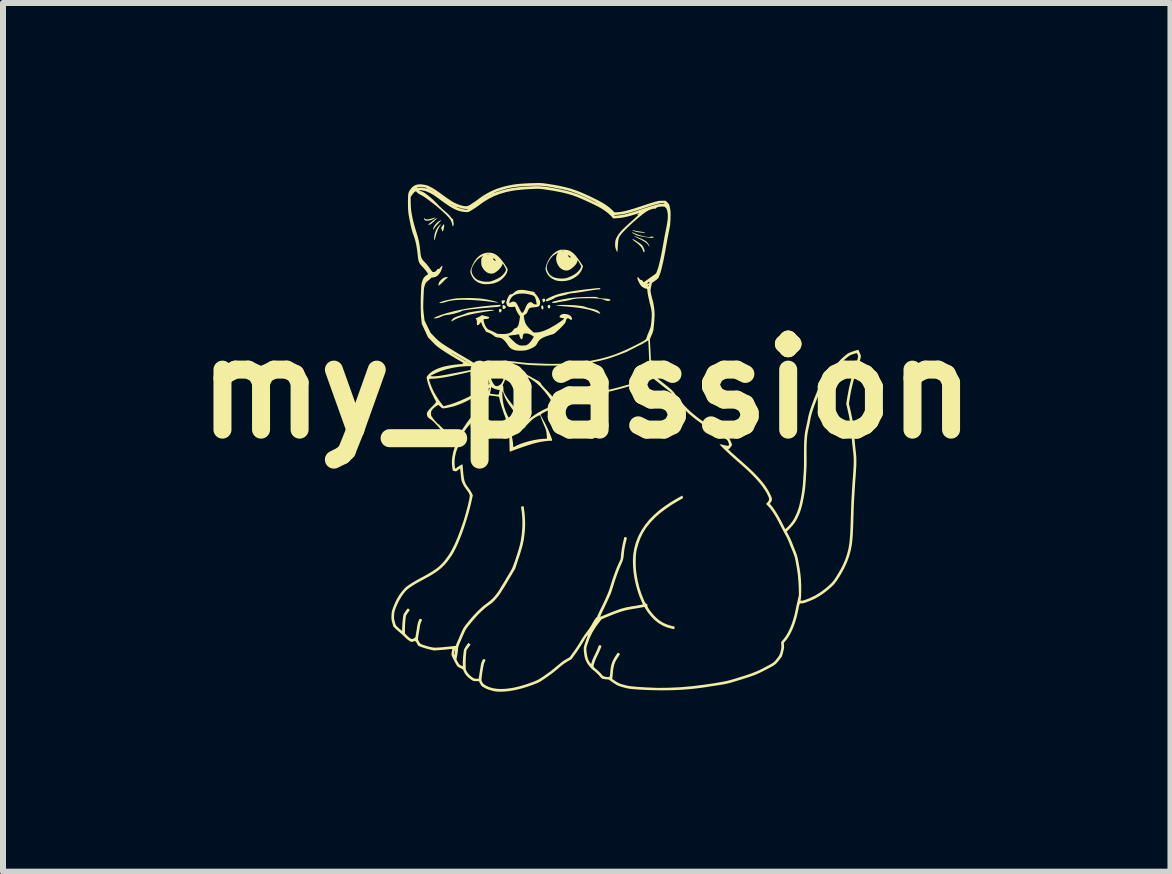
<source format=kicad_pcb>
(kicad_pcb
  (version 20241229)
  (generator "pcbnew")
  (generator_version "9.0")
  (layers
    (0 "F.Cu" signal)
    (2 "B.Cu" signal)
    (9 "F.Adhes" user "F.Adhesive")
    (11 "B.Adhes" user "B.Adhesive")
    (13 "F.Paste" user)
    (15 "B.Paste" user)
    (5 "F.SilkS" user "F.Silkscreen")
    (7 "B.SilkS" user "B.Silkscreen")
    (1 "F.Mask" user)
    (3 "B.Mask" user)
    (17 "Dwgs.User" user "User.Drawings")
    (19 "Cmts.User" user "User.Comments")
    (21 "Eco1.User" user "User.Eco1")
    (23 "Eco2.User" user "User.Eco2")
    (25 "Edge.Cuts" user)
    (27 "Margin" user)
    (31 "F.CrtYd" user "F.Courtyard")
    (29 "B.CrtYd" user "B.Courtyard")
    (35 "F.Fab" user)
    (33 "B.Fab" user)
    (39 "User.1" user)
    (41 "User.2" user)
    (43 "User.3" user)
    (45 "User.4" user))
  (footprint "my_passion"
    (layer "F.Cu")
    (at 6.729 3.432)
    (property "Reference" "my_passion" (at 0 0 0) (layer "F.SilkS") (effects (font (size 1.5 1.5) (thickness 0.3))))
    (attr board_only exclude_from_pos_files exclude_from_bom)
    (fp_poly (pts (xy -2.608 -0.156) (xy -2.611 -0.153) (xy -2.614 -0.156) (xy -2.611 -0.159)) (stroke (width 0) (type solid)) (fill yes) (layer "F.SilkS"))
    (fp_poly (pts (xy -2.597 -0.105) (xy -2.6 -0.102) (xy -2.603 -0.105) (xy -2.6 -0.108)) (stroke (width 0) (type solid)) (fill yes) (layer "F.SilkS"))
    (fp_poly (pts (xy -2.568 0.406) (xy -2.571 0.409) (xy -2.574 0.406) (xy -2.571 0.403)) (stroke (width 0) (type solid)) (fill yes) (layer "F.SilkS"))
    (fp_poly (pts (xy -2.568 0.457) (xy -2.571 0.46) (xy -2.574 0.457) (xy -2.571 0.455)) (stroke (width 0) (type solid)) (fill yes) (layer "F.SilkS"))
    (fp_poly (pts (xy -2.563 -0.014) (xy -2.566 -0.011) (xy -2.568 -0.014) (xy -2.566 -0.017)) (stroke (width 0) (type solid)) (fill yes) (layer "F.SilkS"))
    (fp_poly (pts (xy -2.557 0.344) (xy -2.56 0.347) (xy -2.563 0.344) (xy -2.56 0.341)) (stroke (width 0) (type solid)) (fill yes) (layer "F.SilkS"))
    (fp_poly (pts (xy -2.551 0.406) (xy -2.554 0.409) (xy -2.557 0.406) (xy -2.554 0.403)) (stroke (width 0) (type solid)) (fill yes) (layer "F.SilkS"))
    (fp_poly (pts (xy -2.506 0.094) (xy -2.509 0.097) (xy -2.512 0.094) (xy -2.509 0.091)) (stroke (width 0) (type solid)) (fill yes) (layer "F.SilkS"))
    (fp_poly (pts (xy -2.5 -0.253) (xy -2.503 -0.25) (xy -2.506 -0.253) (xy -2.503 -0.256)) (stroke (width 0) (type solid)) (fill yes) (layer "F.SilkS"))
    (fp_poly (pts (xy -2.483 0.287) (xy -2.486 0.29) (xy -2.489 0.287) (xy -2.486 0.284)) (stroke (width 0) (type solid)) (fill yes) (layer "F.SilkS"))
    (fp_poly (pts (xy -2.472 0.281) (xy -2.475 0.284) (xy -2.477 0.281) (xy -2.475 0.278)) (stroke (width 0) (type solid)) (fill yes) (layer "F.SilkS"))
    (fp_poly (pts (xy -2.404 -0.293) (xy -2.406 -0.29) (xy -2.409 -0.293) (xy -2.406 -0.295)) (stroke (width 0) (type solid)) (fill yes) (layer "F.SilkS"))
    (fp_poly (pts (xy -2.387 -0.287) (xy -2.389 -0.284) (xy -2.392 -0.287) (xy -2.389 -0.29)) (stroke (width 0) (type solid)) (fill yes) (layer "F.SilkS"))
    (fp_poly (pts (xy -2.313 0.259) (xy -2.316 0.261) (xy -2.318 0.259) (xy -2.316 0.256)) (stroke (width 0) (type solid)) (fill yes) (layer "F.SilkS"))
    (fp_poly (pts (xy -2.222 0.315) (xy -2.225 0.318) (xy -2.227 0.315) (xy -2.225 0.313)) (stroke (width 0) (type solid)) (fill yes) (layer "F.SilkS"))
    (fp_poly (pts (xy -2.182 0.293) (xy -2.185 0.295) (xy -2.188 0.293) (xy -2.185 0.29)) (stroke (width 0) (type solid)) (fill yes) (layer "F.SilkS"))
    (fp_poly (pts (xy -2.159 0.287) (xy -2.162 0.29) (xy -2.165 0.287) (xy -2.162 0.284)) (stroke (width 0) (type solid)) (fill yes) (layer "F.SilkS"))
    (fp_poly (pts (xy -2.085 0.259) (xy -2.088 0.261) (xy -2.091 0.259) (xy -2.088 0.256)) (stroke (width 0) (type solid)) (fill yes) (layer "F.SilkS"))
    (fp_poly (pts (xy -2.068 0.264) (xy -2.071 0.267) (xy -2.074 0.264) (xy -2.071 0.261)) (stroke (width 0) (type solid)) (fill yes) (layer "F.SilkS"))
    (fp_poly (pts (xy -2.051 0.241) (xy -2.054 0.244) (xy -2.057 0.241) (xy -2.054 0.239)) (stroke (width 0) (type solid)) (fill yes) (layer "F.SilkS"))
    (fp_poly (pts (xy -2.017 0.577) (xy -2.02 0.58) (xy -2.023 0.577) (xy -2.02 0.574)) (stroke (width 0) (type solid)) (fill yes) (layer "F.SilkS"))
    (fp_poly (pts (xy -1.972 0.202) (xy -1.975 0.205) (xy -1.977 0.202) (xy -1.975 0.199)) (stroke (width 0) (type solid)) (fill yes) (layer "F.SilkS"))
    (fp_poly (pts (xy -1.955 0.202) (xy -1.958 0.205) (xy -1.96 0.202) (xy -1.958 0.199)) (stroke (width 0) (type solid)) (fill yes) (layer "F.SilkS"))
    (fp_poly (pts (xy -1.955 0.213) (xy -1.958 0.216) (xy -1.96 0.213) (xy -1.958 0.21)) (stroke (width 0) (type solid)) (fill yes) (layer "F.SilkS"))
    (fp_poly (pts (xy -1.915 0.173) (xy -1.918 0.176) (xy -1.921 0.173) (xy -1.918 0.17)) (stroke (width 0) (type solid)) (fill yes) (layer "F.SilkS"))
    (fp_poly (pts (xy -1.864 0.145) (xy -1.867 0.148) (xy -1.869 0.145) (xy -1.867 0.142)) (stroke (width 0) (type solid)) (fill yes) (layer "F.SilkS"))
    (fp_poly (pts (xy -1.864 0.156) (xy -1.867 0.159) (xy -1.869 0.156) (xy -1.867 0.153)) (stroke (width 0) (type solid)) (fill yes) (layer "F.SilkS"))
    (fp_poly (pts (xy -1.864 0.168) (xy -1.867 0.17) (xy -1.869 0.168) (xy -1.867 0.165)) (stroke (width 0) (type solid)) (fill yes) (layer "F.SilkS"))
    (fp_poly (pts (xy -1.835 0.128) (xy -1.838 0.131) (xy -1.841 0.128) (xy -1.838 0.125)) (stroke (width 0) (type solid)) (fill yes) (layer "F.SilkS"))
    (fp_poly (pts (xy -1.824 0.122) (xy -1.827 0.125) (xy -1.83 0.122) (xy -1.827 0.119)) (stroke (width 0) (type solid)) (fill yes) (layer "F.SilkS"))
    (fp_poly (pts (xy -1.807 0.111) (xy -1.81 0.114) (xy -1.813 0.111) (xy -1.81 0.108)) (stroke (width 0) (type solid)) (fill yes) (layer "F.SilkS"))
    (fp_poly (pts (xy -1.784 0.094) (xy -1.787 0.097) (xy -1.79 0.094) (xy -1.787 0.091)) (stroke (width 0) (type solid)) (fill yes) (layer "F.SilkS"))
    (fp_poly (pts (xy -1.773 0.128) (xy -1.776 0.131) (xy -1.779 0.128) (xy -1.776 0.125)) (stroke (width 0) (type solid)) (fill yes) (layer "F.SilkS"))
    (fp_poly (pts (xy -1.756 0.082) (xy -1.759 0.085) (xy -1.762 0.082) (xy -1.759 0.08)) (stroke (width 0) (type solid)) (fill yes) (layer "F.SilkS"))
    (fp_poly (pts (xy -1.744 0.077) (xy -1.747 0.08) (xy -1.75 0.077) (xy -1.747 0.074)) (stroke (width 0) (type solid)) (fill yes) (layer "F.SilkS"))
    (fp_poly (pts (xy -1.699 0.122) (xy -1.702 0.125) (xy -1.705 0.122) (xy -1.702 0.119)) (stroke (width 0) (type solid)) (fill yes) (layer "F.SilkS"))
    (fp_poly (pts (xy -1.676 0.037) (xy -1.679 0.04) (xy -1.682 0.037) (xy -1.679 0.034)) (stroke (width 0) (type solid)) (fill yes) (layer "F.SilkS"))
    (fp_poly (pts (xy -1.665 0.031) (xy -1.668 0.034) (xy -1.671 0.031) (xy -1.668 0.028)) (stroke (width 0) (type solid)) (fill yes) (layer "F.SilkS"))
    (fp_poly (pts (xy -1.574 -0.241) (xy -1.577 -0.239) (xy -1.58 -0.241) (xy -1.577 -0.244)) (stroke (width 0) (type solid)) (fill yes) (layer "F.SilkS"))
    (fp_poly (pts (xy -1.551 -0.247) (xy -1.554 -0.244) (xy -1.557 -0.247) (xy -1.554 -0.25)) (stroke (width 0) (type solid)) (fill yes) (layer "F.SilkS"))
    (fp_poly (pts (xy -1.529 -0.304) (xy -1.531 -0.301) (xy -1.534 -0.304) (xy -1.531 -0.307)) (stroke (width 0) (type solid)) (fill yes) (layer "F.SilkS"))
    (fp_poly (pts (xy -1.511 -0.321) (xy -1.514 -0.318) (xy -1.517 -0.321) (xy -1.514 -0.324)) (stroke (width 0) (type solid)) (fill yes) (layer "F.SilkS"))
    (fp_poly (pts (xy -1.5 -0.327) (xy -1.503 -0.324) (xy -1.506 -0.327) (xy -1.503 -0.33)) (stroke (width 0) (type solid)) (fill yes) (layer "F.SilkS"))
    (fp_poly (pts (xy -1.392 0.088) (xy -1.395 0.091) (xy -1.398 0.088) (xy -1.395 0.085)) (stroke (width 0) (type solid)) (fill yes) (layer "F.SilkS"))
    (fp_poly (pts (xy -1.324 0.378) (xy -1.327 0.381) (xy -1.33 0.378) (xy -1.327 0.375)) (stroke (width 0) (type solid)) (fill yes) (layer "F.SilkS"))
    (fp_poly (pts (xy -1.279 -0.878) (xy -1.281 -0.875) (xy -1.284 -0.878) (xy -1.281 -0.881)) (stroke (width 0) (type solid)) (fill yes) (layer "F.SilkS"))
    (fp_poly (pts (xy -1.279 -0.264) (xy -1.281 -0.261) (xy -1.284 -0.264) (xy -1.281 -0.267)) (stroke (width 0) (type solid)) (fill yes) (layer "F.SilkS"))
    (fp_poly (pts (xy -1.233 0.776) (xy -1.236 0.778) (xy -1.239 0.776) (xy -1.236 0.773)) (stroke (width 0) (type solid)) (fill yes) (layer "F.SilkS"))
    (fp_poly (pts (xy -1.125 -0.867) (xy -1.128 -0.864) (xy -1.131 -0.867) (xy -1.128 -0.869)) (stroke (width 0) (type solid)) (fill yes) (layer "F.SilkS"))
    (fp_poly (pts (xy -1.097 -0.821) (xy -1.1 -0.818) (xy -1.102 -0.821) (xy -1.1 -0.824)) (stroke (width 0) (type solid)) (fill yes) (layer "F.SilkS"))
    (fp_poly (pts (xy -1.023 0.679) (xy -1.026 0.682) (xy -1.029 0.679) (xy -1.026 0.676)) (stroke (width 0) (type solid)) (fill yes) (layer "F.SilkS"))
    (fp_poly (pts (xy -0.994 -0.747) (xy -0.997 -0.744) (xy -1 -0.747) (xy -0.997 -0.75)) (stroke (width 0) (type solid)) (fill yes) (layer "F.SilkS"))
    (fp_poly (pts (xy -0.977 0.617) (xy -0.98 0.619) (xy -0.983 0.617) (xy -0.98 0.614)) (stroke (width 0) (type solid)) (fill yes) (layer "F.SilkS"))
    (fp_poly (pts (xy -0.977 0.634) (xy -0.98 0.636) (xy -0.983 0.634) (xy -0.98 0.631)) (stroke (width 0) (type solid)) (fill yes) (layer "F.SilkS"))
    (fp_poly (pts (xy -0.932 0.571) (xy -0.935 0.574) (xy -0.938 0.571) (xy -0.935 0.568)) (stroke (width 0) (type solid)) (fill yes) (layer "F.SilkS"))
    (fp_poly (pts (xy -0.926 -0.815) (xy -0.929 -0.813) (xy -0.932 -0.815) (xy -0.929 -0.818)) (stroke (width 0) (type solid)) (fill yes) (layer "F.SilkS"))
    (fp_poly (pts (xy -0.903 -0.872) (xy -0.906 -0.869) (xy -0.909 -0.872) (xy -0.906 -0.875)) (stroke (width 0) (type solid)) (fill yes) (layer "F.SilkS"))
    (fp_poly (pts (xy -0.898 -0.861) (xy -0.901 -0.858) (xy -0.903 -0.861) (xy -0.901 -0.864)) (stroke (width 0) (type solid)) (fill yes) (layer "F.SilkS"))
    (fp_poly (pts (xy -0.83 0.486) (xy -0.832 0.489) (xy -0.835 0.486) (xy -0.832 0.483)) (stroke (width 0) (type solid)) (fill yes) (layer "F.SilkS"))
    (fp_poly (pts (xy -2.207 0.309) (xy -2.207 0.312) (xy -2.21 0.313) (xy -2.215 0.31) (xy -2.214 0.309) (xy -2.207 0.308)) (stroke (width 0) (type solid)) (fill yes) (layer "F.SilkS"))
    (fp_poly (pts (xy -1.69 0.036) (xy -1.69 0.039) (xy -1.693 0.04) (xy -1.698 0.038) (xy -1.697 0.036) (xy -1.69 0.035)) (stroke (width 0) (type solid)) (fill yes) (layer "F.SilkS"))
    (fp_poly (pts (xy -1.025 0.644) (xy -1.025 0.647) (xy -1.029 0.648) (xy -1.033 0.646) (xy -1.032 0.644) (xy -1.026 0.643)) (stroke (width 0) (type solid)) (fill yes) (layer "F.SilkS"))
    (fp_poly (pts (xy -0.985 0.599) (xy -0.984 0.605) (xy -0.985 0.606) (xy -0.988 0.605) (xy -0.989 0.602) (xy -0.987 0.598)) (stroke (width 0) (type solid)) (fill yes) (layer "F.SilkS"))
    (fp_poly (pts (xy -2.565 0.356) (xy -2.566 0.358) (xy -2.571 0.363) (xy -2.572 0.364) (xy -2.572 0.36) (xy -2.571 0.358) (xy -2.566 0.353) (xy -2.565 0.352)) (stroke (width 0) (type solid)) (fill yes) (layer "F.SilkS"))
    (fp_poly (pts (xy -2.508 0.298) (xy -2.511 0.303) (xy -2.519 0.311) (xy -2.523 0.311) (xy -2.523 0.31) (xy -2.519 0.306) (xy -2.513 0.3) (xy -2.506 0.296)) (stroke (width 0) (type solid)) (fill yes) (layer "F.SilkS"))
    (fp_poly (pts (xy -1.655 0.009) (xy -1.659 0.013) (xy -1.667 0.022) (xy -1.671 0.022) (xy -1.671 0.021) (xy -1.667 0.016) (xy -1.661 0.011) (xy -1.654 0.006)) (stroke (width 0) (type solid)) (fill yes) (layer "F.SilkS"))
    (fp_poly (pts (xy -0.934 0.548) (xy -0.937 0.553) (xy -0.945 0.561) (xy -0.949 0.561) (xy -0.949 0.56) (xy -0.945 0.556) (xy -0.939 0.55) (xy -0.932 0.546)) (stroke (width 0) (type solid)) (fill yes) (layer "F.SilkS"))
    (fp_poly (pts (xy -1.741 0.065) (xy -1.737 0.067) (xy -1.731 0.076) (xy -1.732 0.083) (xy -1.737 0.085) (xy -1.738 0.082) (xy -1.737 0.081) (xy -1.737 0.075) (xy -1.74 0.069) (xy -1.744 0.063)) (stroke (width 0) (type solid)) (fill yes) (layer "F.SilkS"))
    (fp_poly (pts (xy -0.733 -1.387) (xy -0.726 -1.375) (xy -0.722 -1.359) (xy -0.722 -1.343) (xy -0.728 -1.331) (xy -0.739 -1.324) (xy -0.747 -1.329) (xy -0.755 -1.344) (xy -0.755 -1.346) (xy -0.76 -1.367) (xy -0.757 -1.383) (xy -0.75 -1.391) (xy -0.744 -1.392)) (stroke (width 0) (type solid)) (fill yes) (layer "F.SilkS"))
    (fp_poly (pts (xy -0.611 -1.394) (xy -0.608 -1.378) (xy -0.608 -1.372) (xy -0.611 -1.354) (xy -0.62 -1.343) (xy -0.632 -1.342) (xy -0.645 -1.35) (xy -0.652 -1.364) (xy -0.652 -1.377) (xy -0.648 -1.39) (xy -0.638 -1.397) (xy -0.634 -1.399) (xy -0.619 -1.4)) (stroke (width 0) (type solid)) (fill yes) (layer "F.SilkS"))
    (fp_poly (pts (xy -1.368 -1.478) (xy -1.366 -1.477) (xy -1.364 -1.465) (xy -1.369 -1.449) (xy -1.378 -1.434) (xy -1.385 -1.426) (xy -1.399 -1.417) (xy -1.407 -1.416) (xy -1.412 -1.42) (xy -1.414 -1.428) (xy -1.417 -1.443) (xy -1.418 -1.447) (xy -1.422 -1.47) (xy -1.395 -1.476) (xy -1.379 -1.478)) (stroke (width 0) (type solid)) (fill yes) (layer "F.SilkS"))
    (fp_poly (pts (xy -0.697 -1.5) (xy -0.693 -1.487) (xy -0.693 -1.48) (xy -0.697 -1.462) (xy -0.706 -1.452) (xy -0.719 -1.445) (xy -0.726 -1.445) (xy -0.732 -1.455) (xy -0.732 -1.456) (xy -0.737 -1.472) (xy -0.741 -1.484) (xy -0.742 -1.495) (xy -0.737 -1.5) (xy -0.725 -1.503) (xy -0.707 -1.505)) (stroke (width 0) (type solid)) (fill yes) (layer "F.SilkS"))
    (fp_poly (pts (xy -2.378 -2.742) (xy -2.376 -2.73) (xy -2.377 -2.708) (xy -2.378 -2.705) (xy -2.381 -2.679) (xy -2.387 -2.656) (xy -2.393 -2.638) (xy -2.399 -2.627) (xy -2.403 -2.625) (xy -2.407 -2.63) (xy -2.412 -2.643) (xy -2.417 -2.656) (xy -2.427 -2.687) (xy -2.408 -2.714) (xy -2.393 -2.734) (xy -2.384 -2.743)) (stroke (width 0) (type solid)) (fill yes) (layer "F.SilkS"))
    (fp_poly (pts (xy -1.444 -1.331) (xy -1.428 -1.329) (xy -1.421 -1.325) (xy -1.419 -1.316) (xy -1.419 -1.309) (xy -1.424 -1.292) (xy -1.432 -1.283) (xy -1.445 -1.274) (xy -1.454 -1.275) (xy -1.459 -1.282) (xy -1.461 -1.294) (xy -1.463 -1.31) (xy -1.463 -1.312) (xy -1.462 -1.325) (xy -1.458 -1.331) (xy -1.448 -1.331)) (stroke (width 0) (type solid)) (fill yes) (layer "F.SilkS"))
    (fp_poly (pts (xy -1.376 -1.394) (xy -1.361 -1.384) (xy -1.351 -1.372) (xy -1.347 -1.362) (xy -1.351 -1.354) (xy -1.361 -1.344) (xy -1.373 -1.335) (xy -1.383 -1.33) (xy -1.385 -1.33) (xy -1.393 -1.333) (xy -1.397 -1.336) (xy -1.401 -1.346) (xy -1.403 -1.362) (xy -1.404 -1.371) (xy -1.403 -1.387) (xy -1.4 -1.395) (xy -1.394 -1.398) (xy -1.389 -1.398)) (stroke (width 0) (type solid)) (fill yes) (layer "F.SilkS"))
    (fp_poly (pts (xy -2.31 -1.863) (xy -2.333 -1.845) (xy -2.345 -1.834) (xy -2.364 -1.817) (xy -2.385 -1.796) (xy -2.406 -1.774) (xy -2.426 -1.755) (xy -2.444 -1.738) (xy -2.457 -1.727) (xy -2.464 -1.722) (xy -2.465 -1.722) (xy -2.47 -1.727) (xy -2.472 -1.739) (xy -2.467 -1.764) (xy -2.452 -1.791) (xy -2.428 -1.819) (xy -2.424 -1.823) (xy -2.395 -1.846) (xy -2.368 -1.859) (xy -2.34 -1.864) (xy -2.334 -1.864)) (stroke (width 0) (type solid)) (fill yes) (layer "F.SilkS"))
    (fp_poly (pts (xy -2.429 -2.809) (xy -2.437 -2.799) (xy -2.45 -2.784) (xy -2.466 -2.767) (xy -2.488 -2.744) (xy -2.51 -2.719) (xy -2.529 -2.695) (xy -2.537 -2.684) (xy -2.55 -2.665) (xy -2.559 -2.656) (xy -2.562 -2.655) (xy -2.562 -2.657) (xy -2.557 -2.683) (xy -2.544 -2.711) (xy -2.524 -2.741) (xy -2.499 -2.768) (xy -2.472 -2.79) (xy -2.47 -2.791) (xy -2.452 -2.802) (xy -2.437 -2.81) (xy -2.429 -2.813) (xy -2.428 -2.813)) (stroke (width 0) (type solid)) (fill yes) (layer "F.SilkS"))
    (fp_poly (pts (xy -2.526 -2.853) (xy -2.535 -2.846) (xy -2.549 -2.837) (xy -2.565 -2.827) (xy -2.583 -2.819) (xy -2.593 -2.815) (xy -2.62 -2.808) (xy -2.647 -2.804) (xy -2.672 -2.804) (xy -2.69 -2.807) (xy -2.693 -2.808) (xy -2.706 -2.821) (xy -2.71 -2.832) (xy -2.711 -2.848) (xy -2.696 -2.836) (xy -2.679 -2.827) (xy -2.658 -2.825) (xy -2.63 -2.828) (xy -2.595 -2.837) (xy -2.582 -2.841) (xy -2.56 -2.848) (xy -2.541 -2.854) (xy -2.529 -2.856) (xy -2.526 -2.856)) (stroke (width 0) (type solid)) (fill yes) (layer "F.SilkS"))
    (fp_poly (pts (xy -2.496 -2.842) (xy -2.501 -2.836) (xy -2.513 -2.824) (xy -2.529 -2.809) (xy -2.547 -2.791) (xy -2.566 -2.775) (xy -2.582 -2.76) (xy -2.594 -2.75) (xy -2.6 -2.746) (xy -2.615 -2.74) (xy -2.629 -2.736) (xy -2.639 -2.736) (xy -2.642 -2.738) (xy -2.638 -2.745) (xy -2.629 -2.752) (xy -2.62 -2.759) (xy -2.604 -2.771) (xy -2.584 -2.787) (xy -2.572 -2.798) (xy -2.552 -2.813) (xy -2.532 -2.827) (xy -2.515 -2.838) (xy -2.503 -2.844) (xy -2.496 -2.846)) (stroke (width 0) (type solid)) (fill yes) (layer "F.SilkS"))
    (fp_poly (pts (xy -2.441 -2.725) (xy -2.461 -2.695) (xy -2.479 -2.66) (xy -2.496 -2.617) (xy -2.512 -2.565) (xy -2.514 -2.557) (xy -2.522 -2.529) (xy -2.529 -2.506) (xy -2.534 -2.488) (xy -2.537 -2.479) (xy -2.538 -2.478) (xy -2.54 -2.481) (xy -2.543 -2.49) (xy -2.544 -2.506) (xy -2.543 -2.53) (xy -2.539 -2.558) (xy -2.533 -2.586) (xy -2.526 -2.612) (xy -2.522 -2.622) (xy -2.51 -2.651) (xy -2.493 -2.68) (xy -2.474 -2.706) (xy -2.455 -2.726) (xy -2.443 -2.735) (xy -2.424 -2.747)) (stroke (width 0) (type solid)) (fill yes) (layer "F.SilkS"))
    (fp_poly (pts (xy 0.778 -2.646) (xy 0.789 -2.642) (xy 0.806 -2.637) (xy 0.831 -2.632) (xy 0.86 -2.627) (xy 0.888 -2.623) (xy 0.917 -2.619) (xy 0.942 -2.615) (xy 0.961 -2.611) (xy 0.972 -2.609) (xy 0.973 -2.609) (xy 0.976 -2.606) (xy 0.97 -2.604) (xy 0.956 -2.603) (xy 0.937 -2.603) (xy 0.915 -2.605) (xy 0.891 -2.607) (xy 0.868 -2.61) (xy 0.856 -2.612) (xy 0.828 -2.618) (xy 0.803 -2.625) (xy 0.781 -2.633) (xy 0.767 -2.641) (xy 0.761 -2.647) (xy 0.761 -2.647) (xy 0.766 -2.648)) (stroke (width 0) (type solid)) (fill yes) (layer "F.SilkS"))
    (fp_poly (pts (xy 0.77 -2.497) (xy 0.784 -2.49) (xy 0.805 -2.478) (xy 0.831 -2.462) (xy 0.861 -2.442) (xy 0.883 -2.427) (xy 0.904 -2.411) (xy 0.919 -2.398) (xy 0.93 -2.385) (xy 0.939 -2.369) (xy 0.947 -2.353) (xy 0.959 -2.322) (xy 0.964 -2.3) (xy 0.962 -2.285) (xy 0.954 -2.28) (xy 0.946 -2.282) (xy 0.941 -2.295) (xy 0.94 -2.297) (xy 0.93 -2.327) (xy 0.913 -2.357) (xy 0.889 -2.386) (xy 0.855 -2.417) (xy 0.825 -2.44) (xy 0.797 -2.461) (xy 0.778 -2.476) (xy 0.766 -2.488) (xy 0.762 -2.495) (xy 0.763 -2.498)) (stroke (width 0) (type solid)) (fill yes) (layer "F.SilkS"))
    (fp_poly (pts (xy 0.797 -2.549) (xy 0.811 -2.544) (xy 0.832 -2.535) (xy 0.858 -2.525) (xy 0.869 -2.52) (xy 0.914 -2.501) (xy 0.949 -2.484) (xy 0.976 -2.468) (xy 0.998 -2.452) (xy 1.014 -2.435) (xy 1.028 -2.414) (xy 1.037 -2.399) (xy 1.043 -2.384) (xy 1.044 -2.376) (xy 1.041 -2.375) (xy 1.035 -2.383) (xy 1.032 -2.386) (xy 1.015 -2.411) (xy 0.991 -2.434) (xy 0.959 -2.456) (xy 0.918 -2.48) (xy 0.892 -2.493) (xy 0.86 -2.509) (xy 0.833 -2.523) (xy 0.811 -2.535) (xy 0.797 -2.544) (xy 0.79 -2.55) (xy 0.791 -2.551)) (stroke (width 0) (type solid)) (fill yes) (layer "F.SilkS"))
    (fp_poly (pts (xy 0.758 -2.611) (xy 0.771 -2.606) (xy 0.788 -2.598) (xy 0.817 -2.585) (xy 0.851 -2.572) (xy 0.889 -2.56) (xy 0.927 -2.55) (xy 0.963 -2.541) (xy 0.997 -2.535) (xy 1.025 -2.532) (xy 1.046 -2.532) (xy 1.052 -2.534) (xy 1.075 -2.539) (xy 1.094 -2.539) (xy 1.107 -2.534) (xy 1.11 -2.529) (xy 1.11 -2.521) (xy 1.105 -2.518) (xy 1.092 -2.518) (xy 1.089 -2.518) (xy 1.073 -2.519) (xy 1.05 -2.521) (xy 1.023 -2.524) (xy 1.006 -2.526) (xy 0.946 -2.535) (xy 0.894 -2.545) (xy 0.851 -2.555) (xy 0.827 -2.563) (xy 0.809 -2.571) (xy 0.791 -2.581) (xy 0.773 -2.592) (xy 0.76 -2.602) (xy 0.752 -2.609) (xy 0.752 -2.612)) (stroke (width 0) (type solid)) (fill yes) (layer "F.SilkS"))
    (fp_poly (pts (xy -1.557 -1.317) (xy -1.549 -1.314) (xy -1.547 -1.311) (xy -1.552 -1.308) (xy -1.567 -1.305) (xy -1.589 -1.302) (xy -1.705 -1.285) (xy -1.811 -1.267) (xy -1.905 -1.249) (xy -1.989 -1.229) (xy -2.062 -1.209) (xy -2.125 -1.188) (xy -2.179 -1.166) (xy -2.223 -1.142) (xy -2.227 -1.14) (xy -2.245 -1.129) (xy -2.255 -1.126) (xy -2.257 -1.131) (xy -2.252 -1.143) (xy -2.249 -1.148) (xy -2.239 -1.163) (xy -2.225 -1.176) (xy -2.206 -1.188) (xy -2.18 -1.2) (xy -2.145 -1.213) (xy -2.108 -1.224) (xy -2.078 -1.234) (xy -2.051 -1.243) (xy -2.028 -1.252) (xy -2.013 -1.258) (xy -2.011 -1.26) (xy -1.996 -1.266) (xy -1.971 -1.273) (xy -1.94 -1.279) (xy -1.902 -1.286) (xy -1.86 -1.293) (xy -1.815 -1.299) (xy -1.769 -1.305) (xy -1.723 -1.31) (xy -1.679 -1.314) (xy -1.639 -1.317) (xy -1.604 -1.318) (xy -1.577 -1.318)) (stroke (width 0) (type solid)) (fill yes) (layer "F.SilkS"))
    (fp_poly (pts (xy -0.355 -1.4) (xy -0.307 -1.399) (xy -0.258 -1.397) (xy -0.21 -1.395) (xy -0.163 -1.391) (xy -0.121 -1.386) (xy -0.084 -1.382) (xy -0.054 -1.376) (xy -0.033 -1.371) (xy -0.027 -1.368) (xy -0.012 -1.363) (xy 0.01 -1.356) (xy 0.037 -1.349) (xy 0.061 -1.343) (xy 0.108 -1.332) (xy 0.145 -1.321) (xy 0.173 -1.31) (xy 0.194 -1.297) (xy 0.21 -1.282) (xy 0.219 -1.267) (xy 0.223 -1.258) (xy 0.224 -1.253) (xy 0.219 -1.252) (xy 0.208 -1.257) (xy 0.188 -1.266) (xy 0.179 -1.27) (xy 0.137 -1.288) (xy 0.092 -1.304) (xy 0.041 -1.319) (xy -0.015 -1.331) (xy -0.078 -1.343) (xy -0.149 -1.354) (xy -0.228 -1.363) (xy -0.317 -1.372) (xy -0.392 -1.378) (xy -0.427 -1.381) (xy -0.458 -1.384) (xy -0.483 -1.386) (xy -0.501 -1.388) (xy -0.51 -1.389) (xy -0.51 -1.389) (xy -0.508 -1.392) (xy -0.495 -1.395) (xy -0.474 -1.397) (xy -0.446 -1.399) (xy -0.412 -1.4) (xy -0.373 -1.4)) (stroke (width 0) (type solid)) (fill yes) (layer "F.SilkS"))
    (fp_poly (pts (xy -1.944 -1.515) (xy -1.884 -1.513) (xy -1.828 -1.51) (xy -1.777 -1.507) (xy -1.734 -1.502) (xy -1.729 -1.501) (xy -1.692 -1.495) (xy -1.653 -1.488) (xy -1.615 -1.48) (xy -1.579 -1.472) (xy -1.546 -1.464) (xy -1.518 -1.456) (xy -1.497 -1.45) (xy -1.483 -1.444) (xy -1.479 -1.44) (xy -1.479 -1.44) (xy -1.485 -1.44) (xy -1.501 -1.441) (xy -1.523 -1.443) (xy -1.552 -1.447) (xy -1.569 -1.449) (xy -1.691 -1.464) (xy -1.806 -1.475) (xy -1.913 -1.482) (xy -2.011 -1.485) (xy -2.101 -1.485) (xy -2.181 -1.481) (xy -2.252 -1.473) (xy -2.313 -1.461) (xy -2.361 -1.446) (xy -2.38 -1.441) (xy -2.4 -1.436) (xy -2.421 -1.433) (xy -2.439 -1.431) (xy -2.452 -1.432) (xy -2.459 -1.434) (xy -2.457 -1.437) (xy -2.445 -1.444) (xy -2.423 -1.453) (xy -2.393 -1.463) (xy -2.358 -1.473) (xy -2.319 -1.482) (xy -2.278 -1.491) (xy -2.237 -1.499) (xy -2.208 -1.504) (xy -2.168 -1.509) (xy -2.119 -1.512) (xy -2.064 -1.514) (xy -2.005 -1.515)) (stroke (width 0) (type solid)) (fill yes) (layer "F.SilkS"))
    (fp_poly (pts (xy -1.434 -1.402) (xy -1.434 -1.395) (xy -1.439 -1.384) (xy -1.448 -1.375) (xy -1.453 -1.372) (xy -1.461 -1.371) (xy -1.479 -1.369) (xy -1.505 -1.366) (xy -1.537 -1.363) (xy -1.574 -1.36) (xy -1.6 -1.358) (xy -1.68 -1.351) (xy -1.754 -1.344) (xy -1.824 -1.338) (xy -1.886 -1.331) (xy -1.942 -1.325) (xy -1.989 -1.318) (xy -2.028 -1.312) (xy -2.057 -1.307) (xy -2.076 -1.302) (xy -2.083 -1.299) (xy -2.103 -1.288) (xy -2.133 -1.277) (xy -2.169 -1.266) (xy -2.208 -1.255) (xy -2.249 -1.246) (xy -2.29 -1.238) (xy -2.326 -1.233) (xy -2.355 -1.229) (xy -2.381 -1.223) (xy -2.408 -1.213) (xy -2.428 -1.204) (xy -2.46 -1.19) (xy -2.486 -1.182) (xy -2.51 -1.178) (xy -2.516 -1.177) (xy -2.534 -1.177) (xy -2.547 -1.177) (xy -2.551 -1.179) (xy -2.546 -1.183) (xy -2.532 -1.191) (xy -2.511 -1.201) (xy -2.484 -1.212) (xy -2.453 -1.224) (xy -2.421 -1.236) (xy -2.324 -1.266) (xy -2.218 -1.294) (xy -2.102 -1.32) (xy -1.977 -1.343) (xy -1.846 -1.362) (xy -1.746 -1.375) (xy -1.702 -1.38) (xy -1.658 -1.384) (xy -1.613 -1.389) (xy -1.571 -1.393) (xy -1.531 -1.396) (xy -1.497 -1.399) (xy -1.468 -1.401) (xy -1.448 -1.402) (xy -1.436 -1.402)) (stroke (width 0) (type solid)) (fill yes) (layer "F.SilkS"))
    (fp_poly (pts (xy 0.131 -1.534) (xy 0.147 -1.533) (xy 0.159 -1.532) (xy 0.168 -1.53) (xy 0.176 -1.527) (xy 0.185 -1.523) (xy 0.185 -1.523) (xy 0.199 -1.517) (xy 0.215 -1.513) (xy 0.236 -1.51) (xy 0.263 -1.508) (xy 0.291 -1.506) (xy 0.324 -1.504) (xy 0.349 -1.502) (xy 0.366 -1.499) (xy 0.378 -1.495) (xy 0.384 -1.492) (xy 0.394 -1.485) (xy 0.396 -1.48) (xy 0.389 -1.474) (xy 0.389 -1.474) (xy 0.373 -1.468) (xy 0.35 -1.467) (xy 0.325 -1.471) (xy 0.308 -1.477) (xy 0.281 -1.488) (xy 0.25 -1.496) (xy 0.215 -1.503) (xy 0.173 -1.507) (xy 0.123 -1.51) (xy 0.065 -1.512) (xy 0.02 -1.512) (xy -0.054 -1.511) (xy -0.117 -1.509) (xy -0.171 -1.505) (xy -0.216 -1.499) (xy -0.252 -1.491) (xy -0.27 -1.485) (xy -0.291 -1.479) (xy -0.32 -1.473) (xy -0.352 -1.466) (xy -0.386 -1.46) (xy -0.389 -1.46) (xy -0.421 -1.455) (xy -0.451 -1.45) (xy -0.477 -1.445) (xy -0.494 -1.441) (xy -0.497 -1.44) (xy -0.522 -1.435) (xy -0.547 -1.433) (xy -0.567 -1.434) (xy -0.572 -1.436) (xy -0.58 -1.441) (xy -0.578 -1.446) (xy -0.567 -1.453) (xy -0.545 -1.46) (xy -0.512 -1.468) (xy -0.504 -1.47) (xy -0.428 -1.488) (xy -0.358 -1.501) (xy -0.292 -1.512) (xy -0.226 -1.52) (xy -0.158 -1.526) (xy -0.084 -1.53) (xy -0.003 -1.533) (xy 0.044 -1.533) (xy 0.081 -1.534) (xy 0.109 -1.534)) (stroke (width 0) (type solid)) (fill yes) (layer "F.SilkS"))
    (fp_poly (pts (xy 0.217 -1.68) (xy 0.218 -1.68) (xy 0.226 -1.673) (xy 0.227 -1.668) (xy 0.224 -1.662) (xy 0.212 -1.659) (xy 0.203 -1.659) (xy 0.192 -1.659) (xy 0.175 -1.657) (xy 0.154 -1.654) (xy 0.125 -1.65) (xy 0.09 -1.645) (xy 0.045 -1.638) (xy -0.008 -1.629) (xy -0.06 -1.62) (xy -0.099 -1.614) (xy -0.14 -1.608) (xy -0.18 -1.602) (xy -0.214 -1.598) (xy -0.23 -1.597) (xy -0.269 -1.592) (xy -0.297 -1.587) (xy -0.316 -1.581) (xy -0.319 -1.58) (xy -0.332 -1.574) (xy -0.353 -1.568) (xy -0.38 -1.561) (xy -0.411 -1.554) (xy -0.419 -1.552) (xy -0.46 -1.543) (xy -0.493 -1.534) (xy -0.517 -1.525) (xy -0.535 -1.516) (xy -0.546 -1.508) (xy -0.554 -1.503) (xy -0.57 -1.496) (xy -0.591 -1.487) (xy -0.614 -1.478) (xy -0.635 -1.47) (xy -0.653 -1.463) (xy -0.663 -1.46) (xy -0.664 -1.46) (xy -0.672 -1.464) (xy -0.679 -1.469) (xy -0.684 -1.476) (xy -0.683 -1.483) (xy -0.677 -1.49) (xy -0.663 -1.499) (xy -0.641 -1.512) (xy -0.614 -1.526) (xy -0.579 -1.542) (xy -0.545 -1.556) (xy -0.509 -1.569) (xy -0.47 -1.581) (xy -0.426 -1.593) (xy -0.376 -1.604) (xy -0.318 -1.615) (xy -0.251 -1.626) (xy -0.227 -1.63) (xy -0.191 -1.636) (xy -0.149 -1.642) (xy -0.104 -1.648) (xy -0.057 -1.654) (xy -0.01 -1.66) (xy 0.037 -1.665) (xy 0.081 -1.67) (xy 0.122 -1.674) (xy 0.157 -1.678) (xy 0.185 -1.68) (xy 0.206 -1.681)) (stroke (width 0) (type solid)) (fill yes) (layer "F.SilkS"))
    (fp_poly (pts (xy -0.351 -2.319) (xy -0.315 -2.313) (xy -0.281 -2.301) (xy -0.25 -2.282) (xy -0.219 -2.257) (xy -0.187 -2.224) (xy -0.154 -2.181) (xy -0.117 -2.129) (xy -0.116 -2.128) (xy -0.063 -2.048) (xy -0.07 -2.019) (xy -0.089 -1.972) (xy -0.116 -1.929) (xy -0.153 -1.891) (xy -0.196 -1.859) (xy -0.245 -1.832) (xy -0.298 -1.812) (xy -0.355 -1.8) (xy -0.414 -1.796) (xy -0.474 -1.8) (xy -0.483 -1.801) (xy -0.532 -1.815) (xy -0.578 -1.838) (xy -0.617 -1.868) (xy -0.649 -1.904) (xy -0.672 -1.946) (xy -0.676 -1.957) (xy -0.684 -1.983) (xy -0.687 -2.005) (xy -0.686 -2.016) (xy -0.667 -2.016) (xy -0.66 -1.983) (xy -0.646 -1.95) (xy -0.628 -1.919) (xy -0.605 -1.893) (xy -0.602 -1.891) (xy -0.572 -1.871) (xy -0.533 -1.855) (xy -0.489 -1.845) (xy -0.442 -1.84) (xy -0.395 -1.84) (xy -0.351 -1.845) (xy -0.313 -1.856) (xy -0.264 -1.877) (xy -0.224 -1.897) (xy -0.191 -1.918) (xy -0.162 -1.941) (xy -0.147 -1.956) (xy -0.122 -1.985) (xy -0.105 -2.009) (xy -0.1 -2.02) (xy -0.092 -2.045) (xy -0.121 -2.096) (xy -0.15 -2.148) (xy -0.157 -2.126) (xy -0.168 -2.098) (xy -0.185 -2.071) (xy -0.21 -2.044) (xy -0.221 -2.033) (xy -0.26 -2.002) (xy -0.296 -1.982) (xy -0.331 -1.973) (xy -0.365 -1.975) (xy -0.392 -1.984) (xy -0.426 -2.002) (xy -0.452 -2.025) (xy -0.473 -2.053) (xy -0.494 -2.093) (xy -0.507 -2.135) (xy -0.511 -2.176) (xy -0.505 -2.216) (xy -0.502 -2.224) (xy -0.312 -2.224) (xy -0.311 -2.216) (xy -0.301 -2.205) (xy -0.297 -2.201) (xy -0.282 -2.191) (xy -0.272 -2.188) (xy -0.267 -2.193) (xy -0.267 -2.194) (xy -0.271 -2.202) (xy -0.281 -2.213) (xy -0.293 -2.222) (xy -0.303 -2.227) (xy -0.305 -2.227) (xy -0.312 -2.224) (xy -0.502 -2.224) (xy -0.493 -2.247) (xy -0.485 -2.261) (xy -0.48 -2.271) (xy -0.48 -2.273) (xy -0.485 -2.27) (xy -0.497 -2.262) (xy -0.514 -2.251) (xy -0.52 -2.248) (xy -0.538 -2.236) (xy -0.553 -2.226) (xy -0.561 -2.221) (xy -0.562 -2.221) (xy -0.567 -2.216) (xy -0.577 -2.204) (xy -0.591 -2.189) (xy -0.596 -2.183) (xy -0.616 -2.156) (xy -0.635 -2.124) (xy -0.652 -2.091) (xy -0.663 -2.06) (xy -0.667 -2.045) (xy -0.667 -2.016) (xy -0.686 -2.016) (xy -0.684 -2.029) (xy -0.677 -2.057) (xy -0.671 -2.075) (xy -0.642 -2.141) (xy -0.608 -2.197) (xy -0.568 -2.244) (xy -0.522 -2.281) (xy -0.492 -2.299) (xy -0.424 -2.299) (xy -0.419 -2.298) (xy -0.405 -2.298) (xy -0.398 -2.298) (xy -0.381 -2.298) (xy -0.372 -2.298) (xy -0.373 -2.299) (xy -0.376 -2.3) (xy -0.398 -2.301) (xy -0.419 -2.3) (xy -0.424 -2.299) (xy -0.492 -2.299) (xy -0.48 -2.305) (xy -0.462 -2.313) (xy -0.446 -2.318) (xy -0.427 -2.32) (xy -0.403 -2.321) (xy -0.392 -2.321)) (stroke (width 0) (type solid)) (fill yes) (layer "F.SilkS"))
    (fp_poly (pts (xy -1.575 -2.265) (xy -1.537 -2.251) (xy -1.5 -2.228) (xy -1.463 -2.197) (xy -1.426 -2.156) (xy -1.387 -2.105) (xy -1.365 -2.074) (xy -1.347 -2.045) (xy -1.334 -2.025) (xy -1.325 -2.01) (xy -1.321 -1.999) (xy -1.319 -1.99) (xy -1.319 -1.981) (xy -1.32 -1.977) (xy -1.33 -1.941) (xy -1.349 -1.904) (xy -1.376 -1.868) (xy -1.397 -1.846) (xy -1.428 -1.819) (xy -1.458 -1.798) (xy -1.492 -1.781) (xy -1.533 -1.765) (xy -1.537 -1.764) (xy -1.573 -1.755) (xy -1.614 -1.749) (xy -1.658 -1.746) (xy -1.701 -1.746) (xy -1.738 -1.75) (xy -1.751 -1.753) (xy -1.803 -1.771) (xy -1.848 -1.798) (xy -1.885 -1.832) (xy -1.913 -1.874) (xy -1.933 -1.922) (xy -1.934 -1.929) (xy -1.939 -1.946) (xy -1.94 -1.958) (xy -1.919 -1.958) (xy -1.91 -1.923) (xy -1.893 -1.889) (xy -1.871 -1.858) (xy -1.843 -1.832) (xy -1.813 -1.814) (xy -1.81 -1.813) (xy -1.746 -1.794) (xy -1.685 -1.786) (xy -1.624 -1.788) (xy -1.617 -1.789) (xy -1.593 -1.795) (xy -1.562 -1.805) (xy -1.529 -1.819) (xy -1.495 -1.834) (xy -1.464 -1.851) (xy -1.439 -1.866) (xy -1.436 -1.868) (xy -1.413 -1.887) (xy -1.391 -1.91) (xy -1.371 -1.934) (xy -1.357 -1.956) (xy -1.349 -1.974) (xy -1.349 -1.975) (xy -1.348 -1.987) (xy -1.349 -1.998) (xy -1.354 -2.011) (xy -1.363 -2.029) (xy -1.37 -2.04) (xy -1.38 -2.058) (xy -1.39 -2.075) (xy -1.39 -2.077) (xy -1.399 -2.093) (xy -1.411 -2.062) (xy -1.424 -2.038) (xy -1.445 -2.01) (xy -1.47 -1.983) (xy -1.499 -1.959) (xy -1.527 -1.94) (xy -1.536 -1.935) (xy -1.557 -1.926) (xy -1.573 -1.922) (xy -1.592 -1.921) (xy -1.603 -1.922) (xy -1.642 -1.931) (xy -1.677 -1.951) (xy -1.709 -1.98) (xy -1.735 -2.017) (xy -1.744 -2.034) (xy -1.751 -2.051) (xy -1.756 -2.067) (xy -1.758 -2.085) (xy -1.759 -2.11) (xy -1.759 -2.12) (xy -1.758 -2.147) (xy -1.757 -2.166) (xy -1.755 -2.173) (xy -1.562 -2.173) (xy -1.561 -2.164) (xy -1.552 -2.151) (xy -1.55 -2.15) (xy -1.539 -2.141) (xy -1.527 -2.137) (xy -1.519 -2.138) (xy -1.517 -2.143) (xy -1.521 -2.15) (xy -1.531 -2.161) (xy -1.544 -2.17) (xy -1.554 -2.176) (xy -1.556 -2.176) (xy -1.562 -2.173) (xy -1.755 -2.173) (xy -1.754 -2.179) (xy -1.749 -2.188) (xy -1.747 -2.191) (xy -1.735 -2.209) (xy -1.729 -2.218) (xy -1.73 -2.22) (xy -1.737 -2.216) (xy -1.739 -2.215) (xy -1.752 -2.206) (xy -1.77 -2.195) (xy -1.782 -2.188) (xy -1.81 -2.167) (xy -1.839 -2.138) (xy -1.866 -2.103) (xy -1.889 -2.066) (xy -1.907 -2.03) (xy -1.918 -1.996) (xy -1.919 -1.991) (xy -1.919 -1.958) (xy -1.94 -1.958) (xy -1.94 -1.958) (xy -1.938 -1.972) (xy -1.934 -1.989) (xy -1.928 -2.005) (xy -1.902 -2.071) (xy -1.871 -2.128) (xy -1.834 -2.177) (xy -1.794 -2.216) (xy -1.749 -2.245) (xy -1.741 -2.248) (xy -1.674 -2.248) (xy -1.669 -2.247) (xy -1.655 -2.246) (xy -1.648 -2.246) (xy -1.631 -2.247) (xy -1.622 -2.247) (xy -1.624 -2.248) (xy -1.627 -2.249) (xy -1.648 -2.25) (xy -1.669 -2.249) (xy -1.674 -2.248) (xy -1.741 -2.248) (xy -1.701 -2.263) (xy -1.659 -2.271) (xy -1.615 -2.271)) (stroke (width 0) (type solid)) (fill yes) (layer "F.SilkS"))
    (fp_poly (pts (xy -1.026 -1.646) (xy -0.994 -1.64) (xy -0.965 -1.634) (xy -0.937 -1.629) (xy -0.914 -1.625) (xy -0.899 -1.622) (xy -0.881 -1.617) (xy -0.87 -1.608) (xy -0.867 -1.603) (xy -0.859 -1.591) (xy -0.847 -1.574) (xy -0.833 -1.558) (xy -0.803 -1.516) (xy -0.784 -1.478) (xy -0.776 -1.443) (xy -0.779 -1.412) (xy -0.786 -1.394) (xy -0.794 -1.382) (xy -0.807 -1.374) (xy -0.825 -1.367) (xy -0.85 -1.363) (xy -0.885 -1.36) (xy -0.888 -1.36) (xy -0.919 -1.357) (xy -0.941 -1.352) (xy -0.956 -1.344) (xy -0.968 -1.33) (xy -0.977 -1.31) (xy -0.981 -1.302) (xy -0.994 -1.272) (xy -1.009 -1.252) (xy -1.028 -1.238) (xy -1.031 -1.236) (xy -1.043 -1.23) (xy -1.048 -1.223) (xy -1.049 -1.212) (xy -1.048 -1.2) (xy -1.039 -1.15) (xy -1.026 -1.107) (xy -1.008 -1.069) (xy -0.981 -1.034) (xy -0.946 -0.997) (xy -0.939 -0.99) (xy -0.884 -0.94) (xy -0.839 -0.941) (xy -0.792 -0.946) (xy -0.741 -0.959) (xy -0.683 -0.981) (xy -0.618 -1.012) (xy -0.548 -1.052) (xy -0.523 -1.067) (xy -0.49 -1.088) (xy -0.458 -1.109) (xy -0.43 -1.128) (xy -0.406 -1.146) (xy -0.389 -1.16) (xy -0.379 -1.17) (xy -0.377 -1.173) (xy -0.383 -1.177) (xy -0.397 -1.18) (xy -0.411 -1.182) (xy -0.436 -1.187) (xy -0.45 -1.195) (xy -0.455 -1.206) (xy -0.448 -1.219) (xy -0.442 -1.226) (xy -0.424 -1.239) (xy -0.405 -1.247) (xy -0.381 -1.25) (xy -0.37 -1.25) (xy -0.334 -1.246) (xy -0.301 -1.236) (xy -0.275 -1.221) (xy -0.256 -1.2) (xy -0.246 -1.177) (xy -0.246 -1.16) (xy -0.253 -1.152) (xy -0.265 -1.152) (xy -0.282 -1.161) (xy -0.287 -1.165) (xy -0.305 -1.177) (xy -0.32 -1.178) (xy -0.333 -1.169) (xy -0.335 -1.167) (xy -0.343 -1.152) (xy -0.347 -1.138) (xy -0.347 -1.138) (xy -0.35 -1.125) (xy -0.357 -1.107) (xy -0.363 -1.097) (xy -0.375 -1.082) (xy -0.392 -1.063) (xy -0.413 -1.04) (xy -0.438 -1.015) (xy -0.463 -0.99) (xy -0.489 -0.967) (xy -0.512 -0.946) (xy -0.532 -0.929) (xy -0.546 -0.919) (xy -0.552 -0.916) (xy -0.566 -0.912) (xy -0.586 -0.905) (xy -0.612 -0.898) (xy -0.631 -0.892) (xy -0.684 -0.874) (xy -0.727 -0.856) (xy -0.761 -0.836) (xy -0.788 -0.814) (xy -0.808 -0.788) (xy -0.819 -0.769) (xy -0.832 -0.747) (xy -0.846 -0.727) (xy -0.857 -0.715) (xy -0.879 -0.7) (xy -0.908 -0.684) (xy -0.941 -0.668) (xy -0.976 -0.655) (xy -1.008 -0.646) (xy -1.01 -0.646) (xy -1.042 -0.64) (xy -1.08 -0.638) (xy -1.12 -0.637) (xy -1.157 -0.639) (xy -1.189 -0.643) (xy -1.199 -0.646) (xy -1.238 -0.659) (xy -1.268 -0.676) (xy -1.293 -0.7) (xy -1.312 -0.727) (xy -1.328 -0.751) (xy -1.347 -0.777) (xy -1.365 -0.799) (xy -1.365 -0.799) (xy -1.394 -0.827) (xy -1.423 -0.845) (xy -1.456 -0.855) (xy -1.492 -0.859) (xy -1.506 -0.861) (xy -1.522 -0.868) (xy -1.54 -0.88) (xy -1.545 -0.884) (xy -1.309 -0.884) (xy -1.247 -0.821) (xy -1.214 -0.789) (xy -1.186 -0.765) (xy -1.164 -0.749) (xy -1.154 -0.743) (xy -1.133 -0.733) (xy -1.118 -0.727) (xy -1.104 -0.724) (xy -1.089 -0.723) (xy -1.067 -0.723) (xy -1.056 -0.724) (xy -1.031 -0.725) (xy -1.013 -0.728) (xy -1 -0.732) (xy -0.987 -0.74) (xy -0.982 -0.743) (xy -0.964 -0.758) (xy -0.946 -0.776) (xy -0.94 -0.782) (xy -0.929 -0.797) (xy -0.916 -0.815) (xy -0.904 -0.833) (xy -0.893 -0.851) (xy -0.885 -0.864) (xy -0.882 -0.871) (xy -0.882 -0.872) (xy -0.926 -0.9) (xy -0.966 -0.918) (xy -1.004 -0.925) (xy -1.024 -0.925) (xy -1.043 -0.922) (xy -1.055 -0.915) (xy -1.061 -0.903) (xy -1.065 -0.882) (xy -1.066 -0.881) (xy -1.069 -0.856) (xy -1.072 -0.841) (xy -1.076 -0.833) (xy -1.081 -0.83) (xy -1.086 -0.83) (xy -1.097 -0.835) (xy -1.108 -0.849) (xy -1.117 -0.868) (xy -1.122 -0.887) (xy -1.125 -0.901) (xy -1.13 -0.908) (xy -1.142 -0.909) (xy -1.148 -0.909) (xy -1.162 -0.908) (xy -1.172 -0.906) (xy -1.173 -0.905) (xy -1.179 -0.902) (xy -1.194 -0.9) (xy -1.206 -0.899) (xy -1.229 -0.897) (xy -1.255 -0.893) (xy -1.272 -0.89) (xy -1.309 -0.884) (xy -1.545 -0.884) (xy -1.551 -0.888) (xy -1.587 -0.913) (xy -1.622 -0.932) (xy -1.654 -0.944) (xy -1.664 -0.947) (xy -1.676 -0.951) (xy -1.682 -0.957) (xy -1.682 -0.957) (xy -1.685 -0.965) (xy -1.693 -0.979) (xy -1.705 -0.998) (xy -1.713 -1.011) (xy -1.736 -1.049) (xy -1.75 -1.08) (xy -1.756 -1.105) (xy -1.756 -1.107) (xy -1.759 -1.113) (xy -1.766 -1.11) (xy -1.777 -1.099) (xy -1.786 -1.086) (xy -1.798 -1.071) (xy -1.807 -1.064) (xy -1.818 -1.064) (xy -1.826 -1.065) (xy -1.83 -1.069) (xy -1.831 -1.079) (xy -1.831 -1.096) (xy -1.831 -1.1) (xy -1.831 -1.125) (xy -1.835 -1.145) (xy -1.84 -1.158) (xy -1.852 -1.181) (xy -1.833 -1.184) (xy -1.819 -1.189) (xy -1.799 -1.199) (xy -1.779 -1.21) (xy -1.761 -1.222) (xy -1.749 -1.228) (xy -1.74 -1.229) (xy -1.731 -1.227) (xy -1.726 -1.225) (xy -1.71 -1.22) (xy -1.689 -1.214) (xy -1.673 -1.211) (xy -1.649 -1.205) (xy -1.634 -1.2) (xy -1.627 -1.195) (xy -1.627 -1.187) (xy -1.628 -1.183) (xy -1.636 -1.174) (xy -1.654 -1.168) (xy -1.682 -1.165) (xy -1.691 -1.165) (xy -1.71 -1.163) (xy -1.719 -1.158) (xy -1.719 -1.157) (xy -1.72 -1.147) (xy -1.717 -1.129) (xy -1.711 -1.107) (xy -1.704 -1.084) (xy -1.696 -1.063) (xy -1.692 -1.054) (xy -1.676 -1.027) (xy -1.658 -1.005) (xy -1.642 -0.991) (xy -1.632 -0.986) (xy -1.621 -0.983) (xy -1.603 -0.975) (xy -1.579 -0.964) (xy -1.553 -0.951) (xy -1.552 -0.951) (xy -1.488 -0.918) (xy -1.422 -0.916) (xy -1.366 -0.916) (xy -1.32 -0.922) (xy -1.283 -0.933) (xy -1.253 -0.95) (xy -1.23 -0.974) (xy -1.226 -0.98) (xy -1.213 -0.998) (xy -1.2 -1.008) (xy -1.186 -1.013) (xy -1.168 -1.021) (xy -1.154 -1.035) (xy -1.142 -1.058) (xy -1.132 -1.089) (xy -1.124 -1.13) (xy -1.119 -1.16) (xy -1.113 -1.209) (xy -1.133 -1.237) (xy -1.158 -1.277) (xy -1.177 -1.317) (xy -1.188 -1.346) (xy -1.195 -1.37) (xy -1.234 -1.366) (xy -1.266 -1.364) (xy -1.29 -1.366) (xy -1.307 -1.372) (xy -1.321 -1.383) (xy -1.328 -1.392) (xy -1.338 -1.415) (xy -1.341 -1.438) (xy -1.29 -1.438) (xy -1.289 -1.431) (xy -1.286 -1.43) (xy -1.277 -1.436) (xy -1.269 -1.441) (xy -1.242 -1.454) (xy -1.216 -1.456) (xy -1.191 -1.448) (xy -1.18 -1.439) (xy -1.171 -1.428) (xy -1.159 -1.409) (xy -1.146 -1.385) (xy -1.133 -1.359) (xy -1.116 -1.324) (xy -1.103 -1.298) (xy -1.092 -1.281) (xy -1.084 -1.271) (xy -1.077 -1.268) (xy -1.07 -1.27) (xy -1.062 -1.276) (xy -1.058 -1.28) (xy -1.051 -1.291) (xy -1.041 -1.309) (xy -1.03 -1.333) (xy -1.023 -1.349) (xy -1.007 -1.385) (xy -0.992 -1.411) (xy -0.976 -1.429) (xy -0.958 -1.441) (xy -0.951 -1.444) (xy -0.936 -1.447) (xy -0.924 -1.444) (xy -0.913 -1.438) (xy -0.898 -1.428) (xy -0.888 -1.419) (xy -0.886 -1.418) (xy -0.876 -1.412) (xy -0.859 -1.409) (xy -0.857 -1.409) (xy -0.834 -1.409) (xy -0.838 -1.436) (xy -0.842 -1.456) (xy -0.848 -1.481) (xy -0.854 -1.503) (xy -0.861 -1.523) (xy -0.869 -1.537) (xy -0.88 -1.548) (xy -0.896 -1.557) (xy -0.919 -1.565) (xy -0.95 -1.574) (xy -0.952 -1.574) (xy -1.012 -1.586) (xy -1.071 -1.59) (xy -1.126 -1.587) (xy -1.176 -1.576) (xy -1.2 -1.567) (xy -1.231 -1.549) (xy -1.256 -1.523) (xy -1.276 -1.492) (xy -1.288 -1.46) (xy -1.29 -1.438) (xy -1.341 -1.438) (xy -1.341 -1.441) (xy -1.335 -1.471) (xy -1.322 -1.507) (xy -1.313 -1.526) (xy -1.301 -1.548) (xy -1.293 -1.562) (xy -1.285 -1.57) (xy -1.277 -1.574) (xy -1.266 -1.577) (xy -1.262 -1.577) (xy -1.244 -1.582) (xy -1.229 -1.59) (xy -1.212 -1.606) (xy -1.212 -1.606) (xy -1.185 -1.628) (xy -1.155 -1.643) (xy -1.119 -1.65) (xy -1.077 -1.651)) (stroke (width 0) (type solid)) (fill yes) (layer "F.SilkS"))
    (fp_poly (pts (xy -0.785 -3.432) (xy -0.76 -3.431) (xy -0.738 -3.429) (xy -0.715 -3.427) (xy -0.689 -3.423) (xy -0.658 -3.419) (xy -0.654 -3.418) (xy -0.565 -3.404) (xy -0.485 -3.39) (xy -0.413 -3.375) (xy -0.345 -3.359) (xy -0.281 -3.342) (xy -0.219 -3.322) (xy -0.156 -3.3) (xy -0.091 -3.274) (xy -0.022 -3.244) (xy 0.052 -3.21) (xy 0.134 -3.17) (xy 0.147 -3.164) (xy 0.22 -3.126) (xy 0.283 -3.09) (xy 0.337 -3.054) (xy 0.384 -3.018) (xy 0.417 -2.988) (xy 0.463 -2.943) (xy 0.523 -2.946) (xy 0.555 -2.949) (xy 0.59 -2.955) (xy 0.63 -2.963) (xy 0.675 -2.974) (xy 0.726 -2.988) (xy 0.784 -3.005) (xy 0.851 -3.027) (xy 0.909 -3.046) (xy 0.973 -3.067) (xy 1.027 -3.085) (xy 1.073 -3.099) (xy 1.111 -3.111) (xy 1.143 -3.12) (xy 1.17 -3.127) (xy 1.193 -3.132) (xy 1.214 -3.135) (xy 1.232 -3.137) (xy 1.25 -3.137) (xy 1.261 -3.137) (xy 1.315 -3.136) (xy 1.345 -3.107) (xy 1.358 -3.093) (xy 1.367 -3.082) (xy 1.374 -3.07) (xy 1.379 -3.054) (xy 1.384 -3.032) (xy 1.387 -3.017) (xy 1.391 -2.995) (xy 1.394 -2.974) (xy 1.396 -2.954) (xy 1.397 -2.931) (xy 1.397 -2.903) (xy 1.396 -2.867) (xy 1.396 -2.85) (xy 1.395 -2.815) (xy 1.393 -2.786) (xy 1.391 -2.759) (xy 1.389 -2.734) (xy 1.385 -2.707) (xy 1.379 -2.675) (xy 1.372 -2.637) (xy 1.364 -2.6) (xy 1.356 -2.555) (xy 1.346 -2.508) (xy 1.338 -2.462) (xy 1.33 -2.419) (xy 1.324 -2.384) (xy 1.321 -2.371) (xy 1.307 -2.287) (xy 1.292 -2.208) (xy 1.277 -2.135) (xy 1.262 -2.069) (xy 1.248 -2.01) (xy 1.235 -1.96) (xy 1.222 -1.92) (xy 1.216 -1.904) (xy 1.208 -1.884) (xy 1.201 -1.865) (xy 1.199 -1.859) (xy 1.192 -1.848) (xy 1.178 -1.833) (xy 1.156 -1.816) (xy 1.139 -1.803) (xy 1.086 -1.766) (xy 1.077 -1.725) (xy 1.07 -1.693) (xy 1.066 -1.67) (xy 1.063 -1.651) (xy 1.063 -1.634) (xy 1.065 -1.617) (xy 1.069 -1.595) (xy 1.075 -1.569) (xy 1.082 -1.539) (xy 1.089 -1.511) (xy 1.095 -1.487) (xy 1.1 -1.472) (xy 1.107 -1.443) (xy 1.114 -1.406) (xy 1.121 -1.364) (xy 1.126 -1.321) (xy 1.129 -1.279) (xy 1.131 -1.241) (xy 1.131 -1.239) (xy 1.13 -1.211) (xy 1.128 -1.175) (xy 1.126 -1.134) (xy 1.122 -1.094) (xy 1.12 -1.068) (xy 1.116 -1.031) (xy 1.113 -1.003) (xy 1.11 -0.981) (xy 1.106 -0.963) (xy 1.101 -0.946) (xy 1.094 -0.928) (xy 1.085 -0.907) (xy 1.081 -0.897) (xy 1.052 -0.831) (xy 1.06 -0.67) (xy 1.063 -0.62) (xy 1.065 -0.566) (xy 1.068 -0.511) (xy 1.07 -0.458) (xy 1.073 -0.412) (xy 1.074 -0.386) (xy 1.08 -0.264) (xy 1.107 -0.237) (xy 1.121 -0.224) (xy 1.141 -0.205) (xy 1.166 -0.184) (xy 1.194 -0.162) (xy 1.207 -0.152) (xy 1.256 -0.113) (xy 1.298 -0.08) (xy 1.333 -0.052) (xy 1.361 -0.029) (xy 1.385 -0.009) (xy 1.405 0.009) (xy 1.421 0.024) (xy 1.436 0.04) (xy 1.45 0.055) (xy 1.463 0.072) (xy 1.478 0.091) (xy 1.495 0.113) (xy 1.502 0.122) (xy 1.549 0.183) (xy 1.592 0.237) (xy 1.633 0.284) (xy 1.674 0.326) (xy 1.716 0.367) (xy 1.761 0.407) (xy 1.8 0.438) (xy 1.827 0.46) (xy 1.854 0.481) (xy 1.88 0.501) (xy 1.907 0.52) (xy 1.935 0.54) (xy 1.967 0.561) (xy 2.001 0.584) (xy 2.041 0.61) (xy 2.086 0.638) (xy 2.137 0.671) (xy 2.196 0.707) (xy 2.263 0.749) (xy 2.287 0.763) (xy 2.314 0.78) (xy 2.337 0.795) (xy 2.356 0.807) (xy 2.368 0.816) (xy 2.37 0.818) (xy 2.377 0.827) (xy 2.386 0.844) (xy 2.396 0.865) (xy 2.406 0.887) (xy 2.414 0.908) (xy 2.419 0.923) (xy 2.421 0.93) (xy 2.418 0.939) (xy 2.41 0.953) (xy 2.399 0.969) (xy 2.385 0.987) (xy 2.374 0.997) (xy 2.364 1) (xy 2.358 1.001) (xy 2.358 1.004) (xy 2.362 1.011) (xy 2.374 1.023) (xy 2.392 1.041) (xy 2.394 1.043) (xy 2.409 1.057) (xy 2.431 1.077) (xy 2.46 1.102) (xy 2.492 1.131) (xy 2.527 1.162) (xy 2.564 1.194) (xy 2.581 1.209) (xy 2.667 1.286) (xy 2.744 1.357) (xy 2.812 1.424) (xy 2.872 1.488) (xy 2.924 1.549) (xy 2.969 1.607) (xy 3.007 1.664) (xy 3.04 1.72) (xy 3.067 1.776) (xy 3.069 1.781) (xy 3.081 1.81) (xy 3.086 1.831) (xy 3.086 1.85) (xy 3.08 1.868) (xy 3.067 1.889) (xy 3.064 1.894) (xy 3.05 1.915) (xy 3.07 1.936) (xy 3.093 1.964) (xy 3.12 2.001) (xy 3.15 2.046) (xy 3.181 2.097) (xy 3.213 2.153) (xy 3.246 2.213) (xy 3.267 2.255) (xy 3.307 2.336) (xy 3.323 2.324) (xy 3.341 2.308) (xy 3.364 2.285) (xy 3.388 2.258) (xy 3.412 2.228) (xy 3.433 2.199) (xy 3.448 2.176) (xy 3.477 2.121) (xy 3.505 2.058) (xy 3.529 1.989) (xy 3.54 1.952) (xy 3.553 1.897) (xy 3.566 1.836) (xy 3.578 1.771) (xy 3.588 1.706) (xy 3.596 1.644) (xy 3.602 1.589) (xy 3.602 1.583) (xy 3.605 1.541) (xy 3.608 1.494) (xy 3.611 1.447) (xy 3.614 1.405) (xy 3.615 1.401) (xy 3.616 1.371) (xy 3.618 1.333) (xy 3.619 1.288) (xy 3.62 1.239) (xy 3.62 1.188) (xy 3.62 1.137) (xy 3.62 1.125) (xy 3.62 1.042) (xy 3.621 0.969) (xy 3.622 0.905) (xy 3.625 0.849) (xy 3.629 0.799) (xy 3.633 0.755) (xy 3.639 0.714) (xy 3.647 0.677) (xy 3.651 0.657) (xy 3.659 0.621) (xy 3.668 0.581) (xy 3.676 0.543) (xy 3.682 0.512) (xy 3.682 0.511) (xy 3.691 0.465) (xy 3.703 0.416) (xy 3.719 0.363) (xy 3.738 0.305) (xy 3.761 0.241) (xy 3.788 0.169) (xy 3.82 0.089) (xy 3.841 0.037) (xy 3.876 -0.047) (xy 3.971 -0.161) (xy 4.003 -0.2) (xy 4.038 -0.243) (xy 4.073 -0.287) (xy 4.106 -0.33) (xy 4.135 -0.368) (xy 4.144 -0.38) (xy 4.17 -0.414) (xy 4.191 -0.442) (xy 4.21 -0.466) (xy 4.229 -0.486) (xy 4.249 -0.506) (xy 4.272 -0.526) (xy 4.3 -0.55) (xy 4.335 -0.579) (xy 4.338 -0.582) (xy 4.355 -0.593) (xy 4.381 -0.605) (xy 4.415 -0.618) (xy 4.442 -0.628) (xy 4.471 -0.637) (xy 4.495 -0.645) (xy 4.514 -0.65) (xy 4.524 -0.653) (xy 4.526 -0.653) (xy 4.53 -0.645) (xy 4.537 -0.63) (xy 4.545 -0.611) (xy 4.554 -0.59) (xy 4.562 -0.57) (xy 4.567 -0.555) (xy 4.569 -0.548) (xy 4.567 -0.531) (xy 4.561 -0.505) (xy 4.552 -0.47) (xy 4.54 -0.428) (xy 4.525 -0.38) (xy 4.507 -0.327) (xy 4.488 -0.27) (xy 4.478 -0.241) (xy 4.46 -0.187) (xy 4.442 -0.123) (xy 4.425 -0.055) (xy 4.409 0.015) (xy 4.395 0.085) (xy 4.389 0.121) (xy 4.369 0.248) (xy 4.384 0.31) (xy 4.4 0.379) (xy 4.413 0.439) (xy 4.424 0.493) (xy 4.433 0.543) (xy 4.44 0.591) (xy 4.446 0.64) (xy 4.451 0.692) (xy 4.455 0.749) (xy 4.455 0.749) (xy 4.459 0.798) (xy 4.464 0.852) (xy 4.469 0.905) (xy 4.474 0.956) (xy 4.479 1.001) (xy 4.481 1.023) (xy 4.486 1.062) (xy 4.489 1.098) (xy 4.492 1.133) (xy 4.493 1.169) (xy 4.493 1.208) (xy 4.493 1.25) (xy 4.491 1.297) (xy 4.488 1.352) (xy 4.484 1.416) (xy 4.481 1.455) (xy 4.473 1.562) (xy 4.467 1.659) (xy 4.462 1.747) (xy 4.457 1.825) (xy 4.453 1.896) (xy 4.45 1.96) (xy 4.448 2.017) (xy 4.447 2.066) (xy 4.444 2.159) (xy 4.442 2.242) (xy 4.439 2.316) (xy 4.436 2.38) (xy 4.433 2.437) (xy 4.429 2.488) (xy 4.425 2.532) (xy 4.421 2.571) (xy 4.418 2.594) (xy 4.399 2.694) (xy 4.372 2.791) (xy 4.337 2.888) (xy 4.293 2.984) (xy 4.239 3.082) (xy 4.205 3.137) (xy 4.182 3.172) (xy 4.163 3.2) (xy 4.147 3.223) (xy 4.132 3.242) (xy 4.117 3.259) (xy 4.099 3.278) (xy 4.077 3.299) (xy 4.067 3.307) (xy 4.025 3.345) (xy 3.977 3.383) (xy 3.926 3.42) (xy 3.875 3.453) (xy 3.826 3.482) (xy 3.782 3.506) (xy 3.762 3.514) (xy 3.732 3.526) (xy 3.699 3.54) (xy 3.669 3.552) (xy 3.661 3.555) (xy 3.628 3.567) (xy 3.601 3.573) (xy 3.583 3.574) (xy 3.571 3.574) (xy 3.563 3.575) (xy 3.556 3.577) (xy 3.55 3.583) (xy 3.545 3.593) (xy 3.541 3.609) (xy 3.535 3.632) (xy 3.529 3.664) (xy 3.521 3.705) (xy 3.501 3.79) (xy 3.478 3.872) (xy 3.451 3.95) (xy 3.422 4.021) (xy 3.39 4.085) (xy 3.357 4.14) (xy 3.326 4.183) (xy 3.284 4.232) (xy 3.288 4.274) (xy 3.288 4.294) (xy 3.288 4.312) (xy 3.285 4.332) (xy 3.28 4.357) (xy 3.272 4.387) (xy 3.253 4.458) (xy 3.202 4.524) (xy 3.187 4.543) (xy 3.174 4.558) (xy 3.162 4.572) (xy 3.149 4.584) (xy 3.134 4.596) (xy 3.116 4.608) (xy 3.094 4.622) (xy 3.066 4.637) (xy 3.032 4.655) (xy 2.99 4.677) (xy 2.946 4.7) (xy 2.916 4.715) (xy 2.888 4.729) (xy 2.86 4.742) (xy 2.832 4.754) (xy 2.802 4.767) (xy 2.769 4.779) (xy 2.732 4.792) (xy 2.691 4.806) (xy 2.643 4.821) (xy 2.588 4.839) (xy 2.525 4.858) (xy 2.453 4.88) (xy 2.415 4.892) (xy 2.378 4.902) (xy 2.337 4.912) (xy 2.296 4.921) (xy 2.264 4.926) (xy 2.18 4.94) (xy 2.106 4.951) (xy 2.04 4.961) (xy 1.983 4.97) (xy 1.931 4.978) (xy 1.885 4.984) (xy 1.844 4.989) (xy 1.805 4.994) (xy 1.768 4.998) (xy 1.732 5.002) (xy 1.695 5.005) (xy 1.657 5.008) (xy 1.616 5.011) (xy 1.57 5.014) (xy 1.551 5.015) (xy 1.453 5.02) (xy 1.346 5.022) (xy 1.233 5.023) (xy 1.117 5.021) (xy 1.001 5.017) (xy 0.887 5.012) (xy 0.778 5.004) (xy 0.742 5.001) (xy 0.701 4.995) (xy 0.652 4.985) (xy 0.602 4.972) (xy 0.568 4.962) (xy 0.541 4.953) (xy 0.519 4.944) (xy 0.499 4.934) (xy 0.477 4.921) (xy 0.466 4.913) (xy 0.441 4.897) (xy 0.418 4.881) (xy 0.399 4.867) (xy 0.39 4.86) (xy 0.373 4.848) (xy 0.357 4.842) (xy 0.341 4.841) (xy 0.32 4.84) (xy 0.295 4.837) (xy 0.282 4.835) (xy 0.266 4.831) (xy 0.255 4.827) (xy 0.244 4.819) (xy 0.232 4.807) (xy 0.216 4.788) (xy 0.212 4.784) (xy 0.191 4.761) (xy 0.167 4.737) (xy 0.144 4.716) (xy 0.138 4.71) (xy 0.109 4.687) (xy 0.086 4.668) (xy 0.068 4.65) (xy 0.051 4.631) (xy 0.033 4.608) (xy 0.029 4.603) (xy 0.002 4.563) (xy -0.018 4.522) (xy -0.033 4.478) (xy -0.042 4.427) (xy -0.046 4.393) (xy -0.049 4.362) (xy -0.05 4.339) (xy -0.05 4.322) (xy -0.049 4.307) (xy -0.045 4.291) (xy -0.04 4.272) (xy -0.032 4.245) (xy -0.021 4.213) (xy -0.01 4.181) (xy -0.004 4.166) (xy 0.005 4.142) (xy 0.011 4.123) (xy 0.015 4.109) (xy 0.016 4.105) (xy 0.011 4.107) (xy 0.002 4.117) (xy -0.011 4.136) (xy -0.029 4.164) (xy -0.051 4.202) (xy -0.063 4.222) (xy -0.082 4.253) (xy -0.106 4.291) (xy -0.132 4.331) (xy -0.159 4.371) (xy -0.182 4.404) (xy -0.253 4.503) (xy -0.322 4.543) (xy -0.377 4.578) (xy -0.427 4.616) (xy -0.441 4.628) (xy -0.506 4.684) (xy -0.579 4.742) (xy -0.659 4.799) (xy -0.697 4.826) (xy -0.729 4.847) (xy -0.754 4.864) (xy -0.774 4.877) (xy -0.792 4.887) (xy -0.81 4.896) (xy -0.832 4.905) (xy -0.858 4.915) (xy -0.892 4.928) (xy -0.895 4.93) (xy -1.001 4.967) (xy -1.106 4.998) (xy -1.206 5.021) (xy -1.302 5.037) (xy -1.392 5.045) (xy -1.435 5.045) (xy -1.47 5.045) (xy -1.497 5.044) (xy -1.52 5.042) (xy -1.542 5.038) (xy -1.567 5.032) (xy -1.588 5.026) (xy -1.635 5.012) (xy -1.676 4.996) (xy -1.706 4.98) (xy -1.729 4.967) (xy -1.745 4.957) (xy -1.756 4.946) (xy -1.765 4.934) (xy -1.774 4.916) (xy -1.777 4.911) (xy -1.798 4.87) (xy -1.844 4.87) (xy -1.866 4.87) (xy -1.881 4.868) (xy -1.894 4.864) (xy -1.909 4.857) (xy -1.928 4.845) (xy -1.934 4.84) (xy -1.972 4.811) (xy -2.006 4.777) (xy -2.033 4.74) (xy -2.051 4.704) (xy -2.051 4.704) (xy -2.057 4.689) (xy -2.063 4.678) (xy -2.072 4.67) (xy -2.086 4.662) (xy -2.108 4.652) (xy -2.108 4.652) (xy -2.13 4.641) (xy -2.145 4.632) (xy -2.156 4.622) (xy -2.166 4.608) (xy -2.176 4.592) (xy -2.188 4.57) (xy -2.203 4.542) (xy -2.219 4.512) (xy -2.228 4.494) (xy -2.24 4.468) (xy -2.248 4.45) (xy -2.253 4.436) (xy -2.254 4.424) (xy -2.254 4.419) (xy -2.21 4.419) (xy -2.209 4.429) (xy -2.205 4.429) (xy -2.204 4.428) (xy -2.201 4.42) (xy -2.198 4.404) (xy -2.196 4.382) (xy -2.196 4.378) (xy -2.194 4.333) (xy -2.202 4.37) (xy -2.208 4.399) (xy -2.21 4.419) (xy -2.254 4.419) (xy -2.254 4.411) (xy -2.253 4.401) (xy -2.25 4.38) (xy -2.246 4.361) (xy -2.244 4.352) (xy -2.242 4.34) (xy -2.242 4.334) (xy -2.248 4.334) (xy -2.263 4.335) (xy -2.285 4.337) (xy -2.305 4.339) (xy -2.334 4.342) (xy -2.37 4.346) (xy -2.409 4.349) (xy -2.447 4.352) (xy -2.458 4.353) (xy -2.549 4.359) (xy -2.62 4.342) (xy -2.654 4.333) (xy -2.691 4.323) (xy -2.695 4.321) (xy -2.193 4.321) (xy -2.191 4.324) (xy -2.188 4.321) (xy -2.191 4.319) (xy -2.193 4.321) (xy -2.695 4.321) (xy -2.726 4.312) (xy -2.749 4.304) (xy -2.806 4.283) (xy -2.831 4.241) (xy -2.843 4.219) (xy -2.853 4.207) (xy -2.863 4.202) (xy -2.875 4.203) (xy -2.892 4.21) (xy -2.898 4.212) (xy -2.908 4.216) (xy -2.917 4.217) (xy -2.926 4.215) (xy -2.94 4.207) (xy -2.958 4.197) (xy -2.984 4.179) (xy -3.011 4.157) (xy -3.026 4.142) (xy -3.043 4.123) (xy -3.066 4.102) (xy -3.09 4.08) (xy -3.1 4.072) (xy -3.125 4.051) (xy -3.152 4.028) (xy -3.177 4.006) (xy -3.184 3.999) (xy -3.222 3.963) (xy -3.24 3.901) (xy -3.248 3.872) (xy -3.252 3.851) (xy -3.255 3.831) (xy -3.256 3.81) (xy -3.255 3.798) (xy -3.212 3.798) (xy -3.212 3.821) (xy -3.209 3.841) (xy -3.203 3.865) (xy -3.198 3.884) (xy -3.191 3.91) (xy -3.185 3.928) (xy -3.178 3.941) (xy -3.168 3.953) (xy -3.154 3.967) (xy -3.144 3.976) (xy -3.125 3.994) (xy -3.108 4.009) (xy -3.094 4.02) (xy -3.091 4.023) (xy -3.077 4.034) (xy -3.076 3.976) (xy -3.075 3.947) (xy -3.073 3.912) (xy -3.07 3.874) (xy -3.066 3.838) (xy -3.062 3.806) (xy -3.059 3.783) (xy -3.055 3.766) (xy -3.051 3.753) (xy -3.045 3.742) (xy -3.039 3.733) (xy -3.025 3.713) (xy -3.01 3.691) (xy -3.005 3.684) (xy -2.993 3.668) (xy -2.984 3.661) (xy -2.975 3.662) (xy -2.963 3.669) (xy -2.956 3.674) (xy -2.952 3.68) (xy -2.953 3.687) (xy -2.96 3.699) (xy -2.972 3.717) (xy -2.984 3.733) (xy -2.996 3.751) (xy -3.005 3.765) (xy -3.011 3.778) (xy -3.015 3.793) (xy -3.018 3.814) (xy -3.021 3.84) (xy -3.024 3.872) (xy -3.027 3.911) (xy -3.029 3.951) (xy -3.03 3.989) (xy -3.03 3.991) (xy -3.03 4.075) (xy -3.002 4.104) (xy -2.98 4.126) (xy -2.956 4.146) (xy -2.934 4.161) (xy -2.92 4.168) (xy -2.907 4.168) (xy -2.891 4.163) (xy -2.874 4.154) (xy -2.861 4.144) (xy -2.856 4.136) (xy -2.853 4.121) (xy -2.849 4.097) (xy -2.844 4.067) (xy -2.838 4.032) (xy -2.832 3.995) (xy -2.827 3.959) (xy -2.827 3.958) (xy -2.821 3.928) (xy -2.814 3.898) (xy -2.805 3.872) (xy -2.796 3.85) (xy -2.787 3.836) (xy -2.779 3.83) (xy -2.779 3.83) (xy -2.769 3.832) (xy -2.757 3.838) (xy -2.747 3.844) (xy -2.745 3.847) (xy -2.747 3.854) (xy -2.753 3.868) (xy -2.761 3.886) (xy -2.771 3.911) (xy -2.778 3.937) (xy -2.781 3.954) (xy -2.784 3.971) (xy -2.787 3.997) (xy -2.792 4.028) (xy -2.797 4.06) (xy -2.799 4.069) (xy -2.804 4.1) (xy -2.808 4.128) (xy -2.811 4.151) (xy -2.813 4.166) (xy -2.813 4.169) (xy -2.81 4.182) (xy -2.802 4.201) (xy -2.794 4.216) (xy -2.784 4.231) (xy -2.776 4.242) (xy -2.765 4.249) (xy -2.749 4.257) (xy -2.726 4.266) (xy -2.699 4.275) (xy -2.665 4.285) (xy -2.631 4.295) (xy -2.613 4.299) (xy -2.584 4.305) (xy -2.561 4.309) (xy -2.54 4.311) (xy -2.517 4.312) (xy -2.487 4.31) (xy -2.477 4.31) (xy -2.448 4.308) (xy -2.41 4.305) (xy -2.369 4.301) (xy -2.326 4.297) (xy -2.296 4.294) (xy -2.185 4.282) (xy -2.158 4.216) (xy -2.145 4.187) (xy -2.132 4.157) (xy -2.121 4.131) (xy -2.114 4.114) (xy -2.104 4.091) (xy -2.091 4.062) (xy -2.079 4.034) (xy -2.077 4.029) (xy -2.055 3.986) (xy -2.023 3.94) (xy -2.013 3.927) (xy -1.948 3.847) (xy -1.887 3.777) (xy -1.83 3.716) (xy -1.775 3.663) (xy -1.722 3.616) (xy -1.671 3.577) (xy -1.652 3.563) (xy -1.599 3.521) (xy -1.548 3.471) (xy -1.499 3.411) (xy -1.452 3.341) (xy -1.448 3.335) (xy -1.426 3.297) (xy -1.399 3.253) (xy -1.37 3.206) (xy -1.341 3.157) (xy -1.312 3.109) (xy -1.286 3.065) (xy -1.264 3.028) (xy -1.26 3.021) (xy -1.248 2.998) (xy -1.234 2.966) (xy -1.219 2.926) (xy -1.202 2.881) (xy -1.185 2.831) (xy -1.168 2.779) (xy -1.151 2.727) (xy -1.136 2.675) (xy -1.122 2.627) (xy -1.111 2.583) (xy -1.103 2.546) (xy -1.101 2.54) (xy -1.083 2.42) (xy -1.074 2.301) (xy -1.073 2.184) (xy -1.081 2.071) (xy -1.088 2.021) (xy -1.092 1.997) (xy -1.094 1.978) (xy -1.095 1.966) (xy -1.095 1.963) (xy -1.089 1.961) (xy -1.076 1.958) (xy -1.073 1.957) (xy -1.058 1.956) (xy -1.052 1.958) (xy -1.051 1.961) (xy -1.05 1.97) (xy -1.048 1.987) (xy -1.045 2.009) (xy -1.042 2.023) (xy -1.036 2.075) (xy -1.031 2.134) (xy -1.028 2.197) (xy -1.027 2.261) (xy -1.029 2.322) (xy -1.032 2.368) (xy -1.038 2.426) (xy -1.045 2.479) (xy -1.053 2.531) (xy -1.064 2.583) (xy -1.078 2.637) (xy -1.095 2.696) (xy -1.115 2.762) (xy -1.134 2.818) (xy -1.193 2.997) (xy -1.283 3.148) (xy -1.319 3.209) (xy -1.35 3.261) (xy -1.377 3.305) (xy -1.4 3.342) (xy -1.42 3.373) (xy -1.437 3.4) (xy -1.452 3.422) (xy -1.466 3.442) (xy -1.48 3.46) (xy -1.494 3.476) (xy -1.508 3.493) (xy -1.511 3.497) (xy -1.541 3.529) (xy -1.568 3.556) (xy -1.596 3.579) (xy -1.622 3.597) (xy -1.689 3.648) (xy -1.757 3.708) (xy -1.825 3.776) (xy -1.879 3.837) (xy -1.914 3.878) (xy -1.942 3.912) (xy -1.965 3.94) (xy -1.984 3.964) (xy -1.999 3.984) (xy -2.011 4.003) (xy -2.022 4.022) (xy -2.032 4.041) (xy -2.042 4.063) (xy -2.053 4.089) (xy -2.056 4.094) (xy -2.078 4.145) (xy -2.096 4.187) (xy -2.111 4.221) (xy -2.122 4.248) (xy -2.131 4.27) (xy -2.137 4.287) (xy -2.141 4.301) (xy -2.143 4.313) (xy -2.145 4.324) (xy -2.146 4.336) (xy -2.146 4.341) (xy -2.148 4.366) (xy -2.152 4.396) (xy -2.157 4.429) (xy -2.16 4.447) (xy -2.172 4.51) (xy -2.149 4.552) (xy -2.136 4.575) (xy -2.125 4.589) (xy -2.113 4.599) (xy -2.1 4.607) (xy -2.084 4.614) (xy -2.072 4.619) (xy -2.068 4.62) (xy -2.065 4.614) (xy -2.065 4.599) (xy -2.066 4.587) (xy -2.066 4.571) (xy -2.066 4.546) (xy -2.064 4.515) (xy -2.062 4.48) (xy -2.059 4.444) (xy -2.055 4.41) (xy -2.052 4.38) (xy -2.048 4.356) (xy -2.046 4.344) (xy -2.041 4.334) (xy -2.032 4.318) (xy -2.02 4.298) (xy -2.006 4.278) (xy -1.993 4.259) (xy -1.982 4.244) (xy -1.974 4.236) (xy -1.973 4.235) (xy -1.966 4.237) (xy -1.955 4.245) (xy -1.953 4.246) (xy -1.936 4.26) (xy -1.97 4.306) (xy -2.004 4.352) (xy -2.012 4.428) (xy -2.015 4.463) (xy -2.017 4.505) (xy -2.018 4.548) (xy -2.019 4.587) (xy -2.019 4.59) (xy -2.018 4.625) (xy -2.017 4.65) (xy -2.015 4.669) (xy -2.012 4.683) (xy -2.008 4.694) (xy -2.005 4.701) (xy -1.98 4.739) (xy -1.947 4.775) (xy -1.91 4.805) (xy -1.89 4.818) (xy -1.875 4.825) (xy -1.861 4.829) (xy -1.843 4.83) (xy -1.837 4.83) (xy -1.802 4.83) (xy -1.796 4.794) (xy -1.793 4.777) (xy -1.789 4.75) (xy -1.784 4.718) (xy -1.779 4.684) (xy -1.775 4.663) (xy -1.769 4.623) (xy -1.763 4.593) (xy -1.758 4.569) (xy -1.751 4.55) (xy -1.744 4.534) (xy -1.744 4.533) (xy -1.734 4.515) (xy -1.726 4.504) (xy -1.719 4.502) (xy -1.708 4.504) (xy -1.702 4.507) (xy -1.693 4.512) (xy -1.689 4.517) (xy -1.69 4.526) (xy -1.697 4.541) (xy -1.702 4.553) (xy -1.709 4.568) (xy -1.715 4.588) (xy -1.721 4.615) (xy -1.728 4.65) (xy -1.734 4.688) (xy -1.742 4.735) (xy -1.747 4.774) (xy -1.751 4.804) (xy -1.753 4.827) (xy -1.754 4.844) (xy -1.753 4.858) (xy -1.75 4.87) (xy -1.745 4.88) (xy -1.74 4.889) (xy -1.73 4.906) (xy -1.716 4.92) (xy -1.697 4.933) (xy -1.682 4.943) (xy -1.628 4.969) (xy -1.566 4.987) (xy -1.496 4.998) (xy -1.419 5.001) (xy -1.336 4.996) (xy -1.259 4.986) (xy -1.196 4.974) (xy -1.126 4.957) (xy -1.052 4.936) (xy -0.977 4.912) (xy -0.905 4.886) (xy -0.895 4.883) (xy -0.857 4.867) (xy -0.826 4.853) (xy -0.797 4.838) (xy -0.767 4.82) (xy -0.732 4.797) (xy -0.73 4.796) (xy -0.598 4.702) (xy -0.472 4.598) (xy -0.466 4.593) (xy -0.401 4.541) (xy -0.346 4.506) (xy -0.285 4.472) (xy -0.22 4.382) (xy -0.194 4.346) (xy -0.167 4.305) (xy -0.14 4.264) (xy -0.116 4.225) (xy -0.104 4.205) (xy -0.083 4.17) (xy -0.058 4.131) (xy -0.032 4.093) (xy -0.008 4.06) (xy 0.000384 4.05) (xy 0.023 4.02) (xy 0.046 3.987) (xy 0.066 3.955) (xy 0.083 3.928) (xy 0.085 3.924) (xy 0.104 3.89) (xy 0.122 3.86) (xy 0.139 3.835) (xy 0.153 3.816) (xy 0.164 3.804) (xy 0.17 3.802) (xy 0.175 3.798) (xy 0.175 3.794) (xy 0.176 3.787) (xy 0.182 3.772) (xy 0.192 3.75) (xy 0.204 3.724) (xy 0.21 3.711) (xy 0.247 3.635) (xy 0.281 3.565) (xy 0.311 3.5) (xy 0.337 3.441) (xy 0.358 3.39) (xy 0.374 3.348) (xy 0.384 3.318) (xy 0.414 3.222) (xy 0.443 3.133) (xy 0.472 3.052) (xy 0.499 2.981) (xy 0.526 2.92) (xy 0.532 2.907) (xy 0.564 2.838) (xy 0.574 2.739) (xy 0.588 2.641) (xy 0.606 2.554) (xy 0.613 2.525) (xy 0.619 2.5) (xy 0.624 2.481) (xy 0.627 2.47) (xy 0.628 2.468) (xy 0.633 2.468) (xy 0.645 2.471) (xy 0.658 2.475) (xy 0.668 2.478) (xy 0.671 2.48) (xy 0.669 2.485) (xy 0.665 2.5) (xy 0.66 2.522) (xy 0.653 2.548) (xy 0.651 2.557) (xy 0.643 2.592) (xy 0.635 2.628) (xy 0.629 2.663) (xy 0.625 2.69) (xy 0.62 2.736) (xy 0.616 2.773) (xy 0.613 2.802) (xy 0.609 2.825) (xy 0.604 2.845) (xy 0.598 2.864) (xy 0.591 2.884) (xy 0.581 2.905) (xy 0.57 2.932) (xy 0.568 2.935) (xy 0.543 2.994) (xy 0.517 3.06) (xy 0.49 3.136) (xy 0.461 3.222) (xy 0.443 3.279) (xy 0.434 3.31) (xy 0.424 3.34) (xy 0.416 3.367) (xy 0.41 3.386) (xy 0.409 3.388) (xy 0.403 3.405) (xy 0.393 3.429) (xy 0.379 3.461) (xy 0.361 3.5) (xy 0.339 3.547) (xy 0.312 3.604) (xy 0.281 3.669) (xy 0.272 3.687) (xy 0.257 3.719) (xy 0.244 3.747) (xy 0.233 3.771) (xy 0.226 3.787) (xy 0.223 3.795) (xy 0.223 3.796) (xy 0.228 3.795) (xy 0.243 3.79) (xy 0.264 3.782) (xy 0.292 3.771) (xy 0.324 3.758) (xy 0.338 3.752) (xy 0.408 3.723) (xy 0.47 3.699) (xy 0.525 3.679) (xy 0.576 3.662) (xy 0.625 3.649) (xy 0.672 3.638) (xy 0.721 3.629) (xy 0.742 3.625) (xy 0.779 3.619) (xy 0.815 3.614) (xy 0.848 3.608) (xy 0.875 3.603) (xy 0.891 3.6) (xy 0.911 3.596) (xy 0.927 3.593) (xy 0.934 3.591) (xy 0.935 3.591) (xy 0.933 3.586) (xy 0.928 3.574) (xy 0.92 3.555) (xy 0.912 3.539) (xy 0.877 3.455) (xy 0.846 3.363) (xy 0.819 3.266) (xy 0.797 3.166) (xy 0.781 3.068) (xy 0.781 3.065) (xy 0.771 2.954) (xy 0.769 2.849) (xy 0.776 2.75) (xy 0.792 2.655) (xy 0.817 2.564) (xy 0.851 2.475) (xy 0.869 2.435) (xy 0.917 2.348) (xy 0.973 2.264) (xy 1.038 2.184) (xy 1.113 2.107) (xy 1.197 2.032) (xy 1.292 1.96) (xy 1.397 1.889) (xy 1.512 1.821) (xy 1.547 1.802) (xy 1.59 1.778) (xy 1.6 1.796) (xy 1.605 1.809) (xy 1.605 1.818) (xy 1.604 1.819) (xy 1.598 1.823) (xy 1.584 1.832) (xy 1.563 1.844) (xy 1.538 1.858) (xy 1.524 1.866) (xy 1.41 1.935) (xy 1.308 2.005) (xy 1.215 2.076) (xy 1.133 2.15) (xy 1.061 2.226) (xy 0.998 2.304) (xy 0.982 2.327) (xy 0.935 2.403) (xy 0.894 2.487) (xy 0.861 2.577) (xy 0.835 2.669) (xy 0.826 2.713) (xy 0.821 2.755) (xy 0.817 2.805) (xy 0.816 2.861) (xy 0.816 2.92) (xy 0.818 2.978) (xy 0.823 3.034) (xy 0.829 3.085) (xy 0.829 3.086) (xy 0.849 3.198) (xy 0.875 3.303) (xy 0.906 3.402) (xy 0.936 3.48) (xy 0.952 3.517) (xy 0.964 3.544) (xy 0.974 3.562) (xy 0.983 3.574) (xy 0.99 3.579) (xy 0.994 3.58) (xy 1.005 3.584) (xy 1.01 3.597) (xy 1.011 3.616) (xy 1.015 3.632) (xy 1.027 3.655) (xy 1.044 3.682) (xy 1.066 3.712) (xy 1.092 3.744) (xy 1.121 3.776) (xy 1.15 3.806) (xy 1.18 3.833) (xy 1.205 3.854) (xy 1.264 3.892) (xy 1.333 3.924) (xy 1.41 3.948) (xy 1.451 3.958) (xy 1.462 3.962) (xy 1.464 3.969) (xy 1.464 3.97) (xy 1.461 3.983) (xy 1.46 3.992) (xy 1.46 4.005) (xy 1.417 3.996) (xy 1.341 3.976) (xy 1.269 3.946) (xy 1.2 3.905) (xy 1.134 3.854) (xy 1.074 3.793) (xy 1.018 3.723) (xy 0.981 3.667) (xy 0.96 3.633) (xy 0.908 3.643) (xy 0.883 3.648) (xy 0.851 3.653) (xy 0.815 3.659) (xy 0.777 3.665) (xy 0.759 3.668) (xy 0.708 3.677) (xy 0.657 3.688) (xy 0.605 3.702) (xy 0.55 3.719) (xy 0.49 3.74) (xy 0.423 3.766) (xy 0.367 3.789) (xy 0.248 3.838) (xy 0.218 3.875) (xy 0.152 3.964) (xy 0.094 4.058) (xy 0.046 4.158) (xy 0.009 4.261) (xy 0.004 4.278) (xy -0.002 4.298) (xy -0.005 4.314) (xy -0.007 4.329) (xy -0.006 4.347) (xy -0.004 4.371) (xy -0.002 4.39) (xy 0.007 4.449) (xy 0.02 4.499) (xy 0.039 4.541) (xy 0.052 4.56) (xy 0.062 4.574) (xy 0.07 4.582) (xy 0.072 4.583) (xy 0.075 4.577) (xy 0.079 4.563) (xy 0.085 4.544) (xy 0.086 4.541) (xy 0.093 4.519) (xy 0.105 4.491) (xy 0.118 4.461) (xy 0.131 4.436) (xy 0.146 4.406) (xy 0.161 4.374) (xy 0.174 4.344) (xy 0.182 4.324) (xy 0.19 4.302) (xy 0.197 4.285) (xy 0.203 4.274) (xy 0.204 4.272) (xy 0.211 4.271) (xy 0.223 4.273) (xy 0.236 4.277) (xy 0.244 4.282) (xy 0.244 4.284) (xy 0.242 4.293) (xy 0.236 4.311) (xy 0.227 4.334) (xy 0.216 4.361) (xy 0.203 4.39) (xy 0.191 4.417) (xy 0.179 4.442) (xy 0.171 4.457) (xy 0.157 4.485) (xy 0.144 4.517) (xy 0.132 4.55) (xy 0.122 4.581) (xy 0.116 4.606) (xy 0.114 4.623) (xy 0.117 4.632) (xy 0.126 4.643) (xy 0.143 4.659) (xy 0.161 4.673) (xy 0.185 4.694) (xy 0.211 4.718) (xy 0.233 4.741) (xy 0.24 4.749) (xy 0.256 4.769) (xy 0.269 4.781) (xy 0.28 4.788) (xy 0.294 4.793) (xy 0.301 4.795) (xy 0.331 4.8) (xy 0.356 4.802) (xy 0.374 4.799) (xy 0.383 4.793) (xy 0.383 4.792) (xy 0.385 4.783) (xy 0.387 4.765) (xy 0.39 4.741) (xy 0.392 4.712) (xy 0.393 4.705) (xy 0.4 4.642) (xy 0.413 4.585) (xy 0.432 4.533) (xy 0.459 4.482) (xy 0.479 4.451) (xy 0.518 4.393) (xy 0.537 4.405) (xy 0.544 4.41) (xy 0.549 4.414) (xy 0.551 4.418) (xy 0.55 4.425) (xy 0.544 4.435) (xy 0.533 4.452) (xy 0.518 4.475) (xy 0.508 4.49) (xy 0.477 4.544) (xy 0.455 4.603) (xy 0.442 4.668) (xy 0.437 4.707) (xy 0.435 4.737) (xy 0.432 4.766) (xy 0.43 4.791) (xy 0.428 4.805) (xy 0.425 4.834) (xy 0.478 4.87) (xy 0.5 4.884) (xy 0.52 4.895) (xy 0.54 4.905) (xy 0.563 4.914) (xy 0.59 4.923) (xy 0.625 4.932) (xy 0.653 4.94) (xy 0.67 4.944) (xy 0.688 4.948) (xy 0.708 4.951) (xy 0.731 4.954) (xy 0.759 4.957) (xy 0.792 4.96) (xy 0.832 4.964) (xy 0.879 4.967) (xy 0.936 4.971) (xy 1.003 4.975) (xy 1.003 4.975) (xy 1.183 4.982) (xy 1.37 4.98) (xy 1.562 4.971) (xy 1.759 4.954) (xy 1.958 4.929) (xy 2 4.923) (xy 2.069 4.913) (xy 2.129 4.904) (xy 2.179 4.895) (xy 2.223 4.888) (xy 2.261 4.881) (xy 2.295 4.875) (xy 2.326 4.868) (xy 2.356 4.861) (xy 2.385 4.854) (xy 2.416 4.845) (xy 2.449 4.835) (xy 2.485 4.825) (xy 2.561 4.801) (xy 2.627 4.781) (xy 2.686 4.761) (xy 2.739 4.743) (xy 2.787 4.724) (xy 2.833 4.706) (xy 2.877 4.686) (xy 2.922 4.664) (xy 2.969 4.639) (xy 3.02 4.612) (xy 3.066 4.587) (xy 3.09 4.573) (xy 3.108 4.561) (xy 3.122 4.55) (xy 3.136 4.535) (xy 3.153 4.516) (xy 3.168 4.496) (xy 3.187 4.471) (xy 3.201 4.452) (xy 3.21 4.436) (xy 3.217 4.419) (xy 3.224 4.398) (xy 3.229 4.38) (xy 3.237 4.349) (xy 3.241 4.326) (xy 3.243 4.303) (xy 3.243 4.277) (xy 3.242 4.269) (xy 3.24 4.217) (xy 3.283 4.167) (xy 3.317 4.121) (xy 3.351 4.065) (xy 3.382 4) (xy 3.412 3.929) (xy 3.438 3.853) (xy 3.46 3.774) (xy 3.475 3.708) (xy 3.484 3.667) (xy 3.493 3.621) (xy 3.503 3.576) (xy 3.513 3.535) (xy 3.515 3.524) (xy 3.535 3.436) (xy 3.533 3.322) (xy 3.528 3.216) (xy 3.519 3.11) (xy 3.504 3) (xy 3.483 2.884) (xy 3.47 2.818) (xy 3.465 2.8) (xy 3.456 2.774) (xy 3.445 2.744) (xy 3.433 2.711) (xy 3.427 2.697) (xy 3.413 2.663) (xy 3.398 2.628) (xy 3.385 2.595) (xy 3.375 2.568) (xy 3.372 2.56) (xy 3.361 2.534) (xy 3.347 2.502) (xy 3.331 2.469) (xy 3.318 2.446) (xy 3.304 2.419) (xy 3.285 2.385) (xy 3.281 2.377) (xy 3.333 2.377) (xy 3.371 2.451) (xy 3.386 2.482) (xy 3.401 2.513) (xy 3.413 2.541) (xy 3.422 2.562) (xy 3.423 2.566) (xy 3.43 2.585) (xy 3.441 2.612) (xy 3.453 2.644) (xy 3.467 2.676) (xy 3.471 2.688) (xy 3.484 2.719) (xy 3.494 2.746) (xy 3.503 2.771) (xy 3.51 2.799) (xy 3.518 2.83) (xy 3.526 2.87) (xy 3.528 2.884) (xy 3.547 2.988) (xy 3.561 3.085) (xy 3.57 3.18) (xy 3.574 3.276) (xy 3.574 3.345) (xy 3.574 3.383) (xy 3.573 3.419) (xy 3.572 3.45) (xy 3.571 3.475) (xy 3.569 3.491) (xy 3.568 3.495) (xy 3.565 3.511) (xy 3.563 3.523) (xy 3.563 3.523) (xy 3.568 3.529) (xy 3.582 3.53) (xy 3.605 3.526) (xy 3.637 3.516) (xy 3.676 3.502) (xy 3.711 3.488) (xy 3.808 3.442) (xy 3.901 3.385) (xy 3.988 3.319) (xy 4.037 3.275) (xy 4.061 3.253) (xy 4.08 3.235) (xy 4.095 3.217) (xy 4.11 3.199) (xy 4.125 3.179) (xy 4.142 3.153) (xy 4.163 3.121) (xy 4.172 3.106) (xy 4.227 3.015) (xy 4.272 2.927) (xy 4.309 2.84) (xy 4.338 2.754) (xy 4.36 2.667) (xy 4.372 2.6) (xy 4.376 2.571) (xy 4.38 2.541) (xy 4.383 2.508) (xy 4.386 2.47) (xy 4.389 2.428) (xy 4.392 2.38) (xy 4.394 2.325) (xy 4.397 2.262) (xy 4.399 2.19) (xy 4.402 2.108) (xy 4.404 2.051) (xy 4.406 1.993) (xy 4.408 1.935) (xy 4.41 1.876) (xy 4.413 1.814) (xy 4.417 1.749) (xy 4.421 1.677) (xy 4.426 1.599) (xy 4.432 1.513) (xy 4.439 1.417) (xy 4.441 1.395) (xy 4.445 1.323) (xy 4.448 1.26) (xy 4.449 1.203) (xy 4.448 1.15) (xy 4.445 1.098) (xy 4.44 1.045) (xy 4.435 1.009) (xy 4.431 0.97) (xy 4.426 0.923) (xy 4.421 0.873) (xy 4.417 0.821) (xy 4.413 0.772) (xy 4.412 0.759) (xy 4.408 0.704) (xy 4.403 0.654) (xy 4.397 0.605) (xy 4.39 0.557) (xy 4.381 0.505) (xy 4.37 0.449) (xy 4.356 0.386) (xy 4.344 0.332) (xy 4.324 0.247) (xy 4.347 0.111) (xy 4.368 -0.002) (xy 4.393 -0.109) (xy 4.424 -0.217) (xy 4.459 -0.321) (xy 4.472 -0.358) (xy 4.484 -0.397) (xy 4.496 -0.434) (xy 4.505 -0.466) (xy 4.509 -0.481) (xy 4.516 -0.509) (xy 4.52 -0.528) (xy 4.522 -0.541) (xy 4.521 -0.551) (xy 4.518 -0.561) (xy 4.515 -0.571) (xy 4.507 -0.587) (xy 4.5 -0.596) (xy 4.497 -0.597) (xy 4.488 -0.595) (xy 4.471 -0.59) (xy 4.449 -0.583) (xy 4.435 -0.579) (xy 4.413 -0.571) (xy 4.395 -0.563) (xy 4.379 -0.554) (xy 4.361 -0.542) (xy 4.34 -0.526) (xy 4.316 -0.506) (xy 4.295 -0.488) (xy 4.277 -0.471) (xy 4.26 -0.455) (xy 4.243 -0.437) (xy 4.226 -0.415) (xy 4.205 -0.389) (xy 4.18 -0.355) (xy 4.167 -0.338) (xy 4.137 -0.299) (xy 4.103 -0.255) (xy 4.068 -0.211) (xy 4.034 -0.169) (xy 4.004 -0.132) (xy 3.999 -0.126) (xy 3.972 -0.094) (xy 3.952 -0.069) (xy 3.936 -0.049) (xy 3.923 -0.031) (xy 3.913 -0.015) (xy 3.905 0.002) (xy 3.896 0.022) (xy 3.885 0.047) (xy 3.884 0.05) (xy 3.853 0.125) (xy 3.825 0.196) (xy 3.799 0.263) (xy 3.777 0.324) (xy 3.759 0.379) (xy 3.745 0.427) (xy 3.735 0.466) (xy 3.73 0.489) (xy 3.723 0.532) (xy 3.712 0.585) (xy 3.699 0.645) (xy 3.693 0.671) (xy 3.683 0.722) (xy 3.674 0.783) (xy 3.668 0.853) (xy 3.664 0.931) (xy 3.663 1.014) (xy 3.663 1.103) (xy 3.664 1.115) (xy 3.664 1.161) (xy 3.664 1.206) (xy 3.664 1.253) (xy 3.662 1.303) (xy 3.66 1.359) (xy 3.656 1.424) (xy 3.654 1.458) (xy 3.651 1.515) (xy 3.647 1.563) (xy 3.644 1.603) (xy 3.641 1.638) (xy 3.638 1.668) (xy 3.634 1.697) (xy 3.63 1.725) (xy 3.625 1.756) (xy 3.619 1.79) (xy 3.619 1.79) (xy 3.606 1.859) (xy 3.593 1.918) (xy 3.58 1.97) (xy 3.566 2.017) (xy 3.551 2.061) (xy 3.535 2.1) (xy 3.506 2.162) (xy 3.474 2.218) (xy 3.435 2.269) (xy 3.391 2.318) (xy 3.333 2.377) (xy 3.281 2.377) (xy 3.266 2.348) (xy 3.247 2.311) (xy 3.236 2.29) (xy 3.196 2.213) (xy 3.159 2.145) (xy 3.124 2.087) (xy 3.091 2.037) (xy 3.059 1.994) (xy 3.027 1.957) (xy 3.022 1.952) (xy 2.989 1.917) (xy 3.008 1.895) (xy 3.026 1.872) (xy 3.036 1.854) (xy 3.039 1.836) (xy 3.036 1.817) (xy 3.026 1.791) (xy 3.026 1.791) (xy 2.998 1.733) (xy 2.959 1.671) (xy 2.912 1.605) (xy 2.855 1.536) (xy 2.789 1.464) (xy 2.715 1.389) (xy 2.632 1.312) (xy 2.568 1.255) (xy 2.52 1.214) (xy 2.473 1.172) (xy 2.428 1.132) (xy 2.385 1.093) (xy 2.346 1.056) (xy 2.31 1.023) (xy 2.279 0.993) (xy 2.253 0.967) (xy 2.233 0.946) (xy 2.22 0.931) (xy 2.214 0.923) (xy 2.215 0.921) (xy 2.223 0.922) (xy 2.24 0.925) (xy 2.262 0.93) (xy 2.282 0.935) (xy 2.313 0.942) (xy 2.334 0.946) (xy 2.349 0.948) (xy 2.358 0.947) (xy 2.363 0.944) (xy 2.368 0.938) (xy 2.368 0.938) (xy 2.371 0.93) (xy 2.37 0.92) (xy 2.365 0.903) (xy 2.359 0.889) (xy 2.356 0.879) (xy 2.352 0.871) (xy 2.349 0.863) (xy 2.344 0.857) (xy 2.337 0.85) (xy 2.327 0.841) (xy 2.312 0.831) (xy 2.293 0.818) (xy 2.267 0.802) (xy 2.234 0.782) (xy 2.193 0.757) (xy 2.165 0.739) (xy 2.097 0.697) (xy 2.037 0.659) (xy 1.984 0.625) (xy 1.936 0.593) (xy 1.893 0.563) (xy 1.852 0.533) (xy 1.812 0.503) (xy 1.776 0.474) (xy 1.725 0.432) (xy 1.679 0.392) (xy 1.637 0.351) (xy 1.597 0.309) (xy 1.556 0.261) (xy 1.513 0.208) (xy 1.472 0.153) (xy 1.45 0.125) (xy 1.43 0.098) (xy 1.414 0.077) (xy 1.401 0.061) (xy 1.393 0.052) (xy 1.392 0.051) (xy 1.385 0.045) (xy 1.37 0.033) (xy 1.349 0.017) (xy 1.325 -0.003) (xy 1.297 -0.024) (xy 1.296 -0.026) (xy 1.263 -0.051) (xy 1.228 -0.079) (xy 1.194 -0.106) (xy 1.163 -0.131) (xy 1.146 -0.144) (xy 1.083 -0.195) (xy 1.039 -0.171) (xy 0.997 -0.15) (xy 0.946 -0.129) (xy 0.887 -0.106) (xy 0.821 -0.082) (xy 0.749 -0.058) (xy 0.674 -0.035) (xy 0.596 -0.012) (xy 0.517 0.009) (xy 0.438 0.029) (xy 0.36 0.047) (xy 0.356 0.048) (xy 0.32 0.056) (xy 0.276 0.065) (xy 0.229 0.075) (xy 0.183 0.085) (xy 0.148 0.093) (xy 0.096 0.104) (xy 0.037 0.114) (xy -0.026 0.124) (xy -0.088 0.133) (xy -0.114 0.136) (xy -0.159 0.142) (xy -0.194 0.147) (xy -0.221 0.151) (xy -0.242 0.155) (xy -0.258 0.158) (xy -0.27 0.162) (xy -0.28 0.167) (xy -0.287 0.17) (xy -0.298 0.176) (xy -0.308 0.18) (xy -0.32 0.183) (xy -0.335 0.186) (xy -0.355 0.188) (xy -0.383 0.19) (xy -0.42 0.192) (xy -0.422 0.192) (xy -0.456 0.194) (xy -0.485 0.196) (xy -0.509 0.197) (xy -0.525 0.199) (xy -0.532 0.2) (xy -0.532 0.2) (xy -0.531 0.207) (xy -0.528 0.22) (xy -0.526 0.227) (xy -0.52 0.248) (xy -0.515 0.272) (xy -0.514 0.278) (xy -0.51 0.305) (xy -0.552 0.321) (xy -0.605 0.341) (xy -0.647 0.359) (xy -0.682 0.375) (xy -0.71 0.389) (xy -0.719 0.394) (xy -0.742 0.408) (xy -0.758 0.418) (xy -0.766 0.428) (xy -0.767 0.438) (xy -0.761 0.452) (xy -0.75 0.472) (xy -0.74 0.49) (xy -0.691 0.58) (xy -0.648 0.668) (xy -0.61 0.759) (xy -0.595 0.798) (xy -0.585 0.826) (xy -0.579 0.844) (xy -0.577 0.856) (xy -0.579 0.861) (xy -0.587 0.864) (xy -0.6 0.864) (xy -0.609 0.864) (xy -0.638 0.865) (xy -0.674 0.869) (xy -0.715 0.874) (xy -0.758 0.881) (xy -0.799 0.889) (xy -0.801 0.889) (xy -0.851 0.901) (xy -0.907 0.916) (xy -0.972 0.936) (xy -1.044 0.96) (xy -1.126 0.989) (xy -1.21 1.019) (xy -1.236 1.029) (xy -1.259 1.037) (xy -1.275 1.043) (xy -1.283 1.045) (xy -1.284 1.046) (xy -1.285 1.04) (xy -1.286 1.025) (xy -1.286 1.002) (xy -1.287 0.972) (xy -1.287 0.938) (xy -1.288 0.925) (xy -1.29 0.831) (xy -1.297 0.745) (xy -1.308 0.665) (xy -1.323 0.591) (xy -1.283 0.591) (xy -1.282 0.609) (xy -1.278 0.636) (xy -1.272 0.673) (xy -1.262 0.719) (xy -1.252 0.767) (xy -1.245 0.803) (xy -1.239 0.839) (xy -1.234 0.872) (xy -1.23 0.899) (xy -1.229 0.909) (xy -1.228 0.937) (xy -1.226 0.955) (xy -1.222 0.965) (xy -1.217 0.968) (xy -1.207 0.965) (xy -1.193 0.957) (xy -1.192 0.956) (xy -1.173 0.946) (xy -1.147 0.934) (xy -1.12 0.923) (xy -1.111 0.919) (xy -1.042 0.894) (xy -0.966 0.872) (xy -0.888 0.854) (xy -0.811 0.84) (xy -0.738 0.832) (xy -0.728 0.832) (xy -0.663 0.828) (xy -0.667 0.773) (xy -0.673 0.717) (xy -0.686 0.667) (xy -0.699 0.634) (xy -0.717 0.593) (xy -0.733 0.553) (xy -0.747 0.518) (xy -0.759 0.489) (xy -0.766 0.468) (xy -0.772 0.452) (xy -0.778 0.44) (xy -0.781 0.438) (xy -0.792 0.441) (xy -0.81 0.448) (xy -0.832 0.46) (xy -0.856 0.473) (xy -0.877 0.487) (xy -0.883 0.491) (xy -0.902 0.506) (xy -0.925 0.526) (xy -0.949 0.548) (xy -0.963 0.563) (xy -0.987 0.587) (xy -1.014 0.612) (xy -1.039 0.636) (xy -1.051 0.646) (xy -1.071 0.663) (xy -1.085 0.674) (xy -1.095 0.679) (xy -1.104 0.681) (xy -1.116 0.68) (xy -1.121 0.68) (xy -1.163 0.67) (xy -1.203 0.65) (xy -1.239 0.622) (xy -1.262 0.595) (xy -1.271 0.583) (xy -1.278 0.579) (xy -1.282 0.581) (xy -1.283 0.591) (xy -1.323 0.591) (xy -1.324 0.588) (xy -1.345 0.513) (xy -1.358 0.474) (xy -1.382 0.408) (xy -1.401 0.351) (xy -1.417 0.303) (xy -1.43 0.261) (xy -1.44 0.226) (xy -1.448 0.195) (xy -1.454 0.169) (xy -1.457 0.152) (xy -1.462 0.136) (xy -1.47 0.129) (xy -1.473 0.128) (xy -1.486 0.126) (xy -1.505 0.123) (xy -1.529 0.12) (xy -1.555 0.117) (xy -1.58 0.114) (xy -1.602 0.111) (xy -1.619 0.11) (xy -1.628 0.109) (xy -1.628 0.109) (xy -1.631 0.115) (xy -1.637 0.128) (xy -1.642 0.142) (xy -1.662 0.188) (xy -1.687 0.238) (xy -1.715 0.289) (xy -1.746 0.34) (xy -1.779 0.389) (xy -1.812 0.435) (xy -1.844 0.476) (xy -1.874 0.51) (xy -1.901 0.535) (xy -1.906 0.539) (xy -1.913 0.547) (xy -1.926 0.562) (xy -1.943 0.582) (xy -1.963 0.607) (xy -1.985 0.634) (xy -2.007 0.662) (xy -2.027 0.689) (xy -2.045 0.713) (xy -2.05 0.719) (xy -2.064 0.739) (xy -2.08 0.763) (xy -2.096 0.788) (xy -2.111 0.812) (xy -2.123 0.833) (xy -2.132 0.849) (xy -2.136 0.858) (xy -2.137 0.859) (xy -2.132 0.862) (xy -2.119 0.864) (xy -2.117 0.864) (xy -2.104 0.864) (xy -2.097 0.866) (xy -2.097 0.867) (xy -2.099 0.872) (xy -2.106 0.887) (xy -2.116 0.907) (xy -2.128 0.932) (xy -2.135 0.945) (xy -2.162 1.006) (xy -2.182 1.066) (xy -2.195 1.127) (xy -2.202 1.181) (xy -2.203 1.207) (xy -2.203 1.237) (xy -2.202 1.266) (xy -2.2 1.292) (xy -2.197 1.312) (xy -2.193 1.324) (xy -2.193 1.324) (xy -2.188 1.327) (xy -2.179 1.323) (xy -2.166 1.312) (xy -2.154 1.303) (xy -2.136 1.291) (xy -2.116 1.279) (xy -2.098 1.268) (xy -2.082 1.259) (xy -2.073 1.256) (xy -2.072 1.256) (xy -2.071 1.261) (xy -2.069 1.275) (xy -2.067 1.296) (xy -2.066 1.311) (xy -2.061 1.374) (xy -2.056 1.427) (xy -2.05 1.471) (xy -2.043 1.508) (xy -2.035 1.54) (xy -2.024 1.568) (xy -2.012 1.593) (xy -1.997 1.616) (xy -1.979 1.64) (xy -1.976 1.643) (xy -1.958 1.668) (xy -1.939 1.697) (xy -1.923 1.723) (xy -1.92 1.729) (xy -1.899 1.773) (xy -1.913 1.837) (xy -1.935 1.934) (xy -1.96 2.032) (xy -1.988 2.13) (xy -2.018 2.227) (xy -2.049 2.322) (xy -2.081 2.412) (xy -2.115 2.498) (xy -2.148 2.578) (xy -2.182 2.651) (xy -2.215 2.715) (xy -2.247 2.77) (xy -2.261 2.79) (xy -2.295 2.838) (xy -2.328 2.882) (xy -2.361 2.921) (xy -2.396 2.957) (xy -2.432 2.991) (xy -2.472 3.023) (xy -2.516 3.055) (xy -2.567 3.088) (xy -2.624 3.122) (xy -2.689 3.158) (xy -2.763 3.198) (xy -2.776 3.205) (xy -2.811 3.224) (xy -2.851 3.247) (xy -2.89 3.271) (xy -2.923 3.292) (xy -2.926 3.294) (xy -2.956 3.315) (xy -2.98 3.333) (xy -2.999 3.349) (xy -3.017 3.367) (xy -3.036 3.39) (xy -3.046 3.402) (xy -3.092 3.466) (xy -3.134 3.539) (xy -3.172 3.621) (xy -3.185 3.654) (xy -3.196 3.685) (xy -3.203 3.71) (xy -3.208 3.734) (xy -3.21 3.762) (xy -3.211 3.77) (xy -3.212 3.798) (xy -3.255 3.798) (xy -3.255 3.783) (xy -3.254 3.773) (xy -3.253 3.746) (xy -3.25 3.724) (xy -3.247 3.705) (xy -3.241 3.684) (xy -3.232 3.659) (xy -3.223 3.633) (xy -3.193 3.561) (xy -3.162 3.497) (xy -3.128 3.441) (xy -3.09 3.388) (xy -3.071 3.365) (xy -3.049 3.339) (xy -3.03 3.319) (xy -3.012 3.302) (xy -2.993 3.287) (xy -2.969 3.27) (xy -2.942 3.252) (xy -2.909 3.231) (xy -2.873 3.21) (xy -2.838 3.189) (xy -2.808 3.172) (xy -2.803 3.17) (xy -2.73 3.131) (xy -2.665 3.095) (xy -2.609 3.062) (xy -2.56 3.032) (xy -2.517 3.002) (xy -2.478 2.973) (xy -2.444 2.943) (xy -2.412 2.911) (xy -2.382 2.878) (xy -2.352 2.84) (xy -2.322 2.799) (xy -2.303 2.772) (xy -2.267 2.715) (xy -2.23 2.646) (xy -2.192 2.567) (xy -2.154 2.477) (xy -2.115 2.375) (xy -2.075 2.262) (xy -2.054 2.202) (xy -2.043 2.165) (xy -2.03 2.121) (xy -2.016 2.072) (xy -2.003 2.021) (xy -1.989 1.971) (xy -1.977 1.922) (xy -1.967 1.878) (xy -1.959 1.84) (xy -1.954 1.816) (xy -1.951 1.794) (xy -1.95 1.778) (xy -1.953 1.765) (xy -1.959 1.749) (xy -1.96 1.745) (xy -1.97 1.727) (xy -1.985 1.704) (xy -2.002 1.681) (xy -2.008 1.673) (xy -2.044 1.622) (xy -2.067 1.578) (xy -2.075 1.558) (xy -2.082 1.541) (xy -2.087 1.525) (xy -2.091 1.506) (xy -2.094 1.484) (xy -2.097 1.453) (xy -2.099 1.429) (xy -2.103 1.397) (xy -2.105 1.369) (xy -2.108 1.347) (xy -2.109 1.332) (xy -2.11 1.328) (xy -2.115 1.329) (xy -2.125 1.336) (xy -2.14 1.347) (xy -2.142 1.349) (xy -2.16 1.363) (xy -2.171 1.371) (xy -2.182 1.373) (xy -2.193 1.372) (xy -2.193 1.372) (xy -2.214 1.368) (xy -2.226 1.364) (xy -2.233 1.357) (xy -2.236 1.346) (xy -2.236 1.345) (xy -2.245 1.28) (xy -2.248 1.224) (xy -2.247 1.186) (xy -2.244 1.159) (xy -2.24 1.128) (xy -2.234 1.095) (xy -2.227 1.063) (xy -2.22 1.033) (xy -2.213 1.01) (xy -2.208 0.994) (xy -2.207 0.994) (xy -2.201 0.98) (xy -2.2 0.969) (xy -2.206 0.957) (xy -2.217 0.942) (xy -2.228 0.929) (xy -2.237 0.922) (xy -2.249 0.921) (xy -2.26 0.923) (xy -2.275 0.924) (xy -2.282 0.923) (xy -2.283 0.915) (xy -2.278 0.899) (xy -2.278 0.898) (xy -2.272 0.877) (xy -2.359 0.769) (xy -2.403 0.715) (xy -2.442 0.668) (xy -2.475 0.629) (xy -2.504 0.597) (xy -2.529 0.57) (xy -2.551 0.548) (xy -2.571 0.53) (xy -2.59 0.515) (xy -2.607 0.503) (xy -2.633 0.485) (xy -2.65 0.467) (xy -2.66 0.448) (xy -2.663 0.432) (xy -2.664 0.42) (xy -2.596 0.42) (xy -2.592 0.445) (xy -2.591 0.445) (xy -2.584 0.46) (xy -2.571 0.478) (xy -2.555 0.5) (xy -2.537 0.523) (xy -2.517 0.545) (xy -2.499 0.565) (xy -2.482 0.581) (xy -2.469 0.591) (xy -2.462 0.594) (xy -2.461 0.594) (xy -2.457 0.595) (xy -2.457 0.598) (xy -2.454 0.604) (xy -2.444 0.616) (xy -2.429 0.631) (xy -2.42 0.639) (xy -2.363 0.691) (xy -2.314 0.74) (xy -2.273 0.787) (xy -2.242 0.831) (xy -2.221 0.871) (xy -2.219 0.876) (xy -2.208 0.902) (xy -2.196 0.882) (xy -2.188 0.866) (xy -2.181 0.853) (xy -2.18 0.85) (xy -2.173 0.835) (xy -2.16 0.813) (xy -2.143 0.784) (xy -2.122 0.751) (xy -2.099 0.714) (xy -2.074 0.675) (xy -2.048 0.637) (xy -2.023 0.6) (xy -1.999 0.565) (xy -1.978 0.536) (xy -1.962 0.514) (xy -1.93 0.473) (xy -1.895 0.425) (xy -1.857 0.373) (xy -1.819 0.318) (xy -1.781 0.264) (xy -1.747 0.214) (xy -1.717 0.168) (xy -1.714 0.163) (xy -1.702 0.144) (xy -1.688 0.12) (xy -1.673 0.093) (xy -1.661 0.072) (xy -1.612 0.072) (xy -1.612 0.078) (xy -1.606 0.079) (xy -1.591 0.082) (xy -1.57 0.085) (xy -1.547 0.088) (xy -1.523 0.092) (xy -1.502 0.094) (xy -1.486 0.096) (xy -1.483 0.096) (xy -1.475 0.095) (xy -1.47 0.091) (xy -1.465 0.082) (xy -1.463 0.074) (xy -1.407 0.074) (xy -1.406 0.103) (xy -1.404 0.139) (xy -1.4 0.182) (xy -1.39 0.245) (xy -1.374 0.309) (xy -1.352 0.372) (xy -1.326 0.433) (xy -1.295 0.489) (xy -1.262 0.538) (xy -1.227 0.577) (xy -1.227 0.578) (xy -1.209 0.593) (xy -1.189 0.609) (xy -1.169 0.624) (xy -1.151 0.636) (xy -1.137 0.643) (xy -1.13 0.644) (xy -1.124 0.638) (xy -1.117 0.625) (xy -1.116 0.624) (xy -1.11 0.607) (xy -1.109 0.588) (xy -1.114 0.565) (xy -1.124 0.536) (xy -1.14 0.5) (xy -1.146 0.487) (xy -1.176 0.433) (xy -1.212 0.377) (xy -1.24 0.338) (xy -1.278 0.285) (xy -1.31 0.238) (xy -1.336 0.195) (xy -1.357 0.156) (xy -1.373 0.118) (xy -1.386 0.079) (xy -1.39 0.066) (xy -1.396 0.047) (xy -1.401 0.04) (xy -1.404 0.042) (xy -1.406 0.053) (xy -1.407 0.074) (xy -1.463 0.074) (xy -1.461 0.064) (xy -1.46 0.057) (xy -1.451 0.018) (xy -1.481 0.014) (xy -1.501 0.01) (xy -1.526 0.002) (xy -1.55 -0.008) (xy -1.551 -0.009) (xy -1.571 -0.018) (xy -1.586 -0.025) (xy -1.594 -0.028) (xy -1.594 -0.028) (xy -1.596 -0.023) (xy -1.597 -0.011) (xy -1.597 -0.011) (xy -1.598 0.004) (xy -1.602 0.025) (xy -1.606 0.041) (xy -1.61 0.059) (xy -1.612 0.072) (xy -1.661 0.072) (xy -1.657 0.065) (xy -1.643 0.038) (xy -1.63 0.014) (xy -1.62 -0.005) (xy -1.615 -0.017) (xy -1.614 -0.02) (xy -1.618 -0.02) (xy -1.629 -0.014) (xy -1.633 -0.012) (xy -1.647 -0.004) (xy -1.658 -0.000183) (xy -1.659 0) (xy -1.666 0.003) (xy -1.681 0.011) (xy -1.7 0.024) (xy -1.718 0.036) (xy -1.772 0.072) (xy -1.831 0.109) (xy -1.892 0.145) (xy -1.953 0.178) (xy -2.01 0.208) (xy -2.063 0.232) (xy -2.078 0.239) (xy -2.141 0.264) (xy -2.199 0.284) (xy -2.257 0.3) (xy -2.317 0.313) (xy -2.342 0.318) (xy -2.37 0.322) (xy -2.389 0.324) (xy -2.404 0.322) (xy -2.417 0.316) (xy -2.431 0.304) (xy -2.445 0.291) (xy -2.472 0.265) (xy -2.498 0.279) (xy -2.523 0.295) (xy -2.547 0.315) (xy -2.568 0.336) (xy -2.584 0.357) (xy -2.588 0.365) (xy -2.595 0.392) (xy -2.596 0.42) (xy -2.664 0.42) (xy -2.665 0.415) (xy -2.662 0.399) (xy -2.656 0.383) (xy -2.644 0.365) (xy -2.626 0.344) (xy -2.601 0.318) (xy -2.582 0.298) (xy -2.554 0.271) (xy -2.535 0.25) (xy -2.522 0.235) (xy -2.515 0.222) (xy -2.513 0.212) (xy -2.515 0.203) (xy -2.52 0.195) (xy -2.528 0.182) (xy -2.539 0.161) (xy -2.553 0.134) (xy -2.567 0.104) (xy -2.583 0.072) (xy -2.597 0.041) (xy -2.609 0.014) (xy -2.616 -0.003) (xy -2.627 -0.034) (xy -2.638 -0.067) (xy -2.649 -0.1) (xy -2.657 -0.132) (xy -2.664 -0.16) (xy -2.664 -0.162) (xy -2.627 -0.162) (xy -2.627 -0.152) (xy -2.623 -0.134) (xy -2.615 -0.11) (xy -2.605 -0.081) (xy -2.593 -0.05) (xy -2.58 -0.018) (xy -2.567 0.011) (xy -2.564 0.018) (xy -2.538 0.068) (xy -2.507 0.121) (xy -2.473 0.174) (xy -2.438 0.223) (xy -2.404 0.267) (xy -2.396 0.276) (xy -2.385 0.289) (xy -2.336 0.275) (xy -2.307 0.267) (xy -2.275 0.258) (xy -2.247 0.249) (xy -2.245 0.248) (xy -2.198 0.232) (xy -2.147 0.212) (xy -2.093 0.19) (xy -2.04 0.166) (xy -1.988 0.142) (xy -1.942 0.119) (xy -1.902 0.098) (xy -1.881 0.085) (xy -1.873 0.081) (xy -1.858 0.071) (xy -1.836 0.058) (xy -1.811 0.043) (xy -1.796 0.033) (xy -1.745 0.003) (xy -1.704 -0.023) (xy -1.672 -0.044) (xy -1.648 -0.061) (xy -1.632 -0.074) (xy -1.624 -0.084) (xy -1.622 -0.09) (xy -1.622 -0.09) (xy -1.637 -0.14) (xy -1.641 -0.188) (xy -1.639 -0.198) (xy -1.596 -0.198) (xy -1.596 -0.181) (xy -1.591 -0.159) (xy -1.581 -0.134) (xy -1.568 -0.108) (xy -1.553 -0.083) (xy -1.535 -0.061) (xy -1.535 -0.061) (xy -1.519 -0.049) (xy -1.5 -0.046) (xy -1.477 -0.052) (xy -1.464 -0.057) (xy -1.463 -0.058) (xy -1.4 -0.058) (xy -1.397 -0.052) (xy -1.392 -0.041) (xy -1.39 -0.022) (xy -1.389 -0.003) (xy -1.389 0.019) (xy -1.386 0.037) (xy -1.379 0.055) (xy -1.369 0.078) (xy -1.368 0.079) (xy -1.352 0.108) (xy -1.333 0.138) (xy -1.311 0.171) (xy -1.282 0.209) (xy -1.247 0.253) (xy -1.206 0.305) (xy -1.173 0.351) (xy -1.147 0.394) (xy -1.126 0.436) (xy -1.11 0.477) (xy -1.098 0.521) (xy -1.093 0.542) (xy -1.089 0.564) (xy -1.085 0.581) (xy -1.082 0.591) (xy -1.081 0.592) (xy -1.076 0.591) (xy -1.065 0.584) (xy -1.05 0.572) (xy -1.047 0.57) (xy -1.03 0.555) (xy -1.015 0.543) (xy -1.006 0.536) (xy -1.006 0.536) (xy -0.935 0.481) (xy -0.869 0.434) (xy -0.807 0.394) (xy -0.748 0.361) (xy -0.691 0.333) (xy -0.633 0.31) (xy -0.574 0.291) (xy -0.568 0.289) (xy -0.553 0.285) (xy -0.543 0.281) (xy -0.541 0.281) (xy -0.543 0.276) (xy -0.55 0.263) (xy -0.561 0.244) (xy -0.575 0.221) (xy -0.579 0.215) (xy -0.644 0.117) (xy -0.711 0.031) (xy -0.78 -0.045) (xy -0.851 -0.109) (xy -0.925 -0.163) (xy -1 -0.205) (xy -1.077 -0.236) (xy -1.1 -0.243) (xy -1.136 -0.253) (xy -1.166 -0.26) (xy -1.192 -0.265) (xy -1.219 -0.269) (xy -1.249 -0.271) (xy -1.252 -0.271) (xy -1.31 -0.274) (xy -1.29 -0.257) (xy -1.278 -0.245) (xy -1.275 -0.237) (xy -1.278 -0.234) (xy -1.289 -0.239) (xy -1.292 -0.241) (xy -1.303 -0.247) (xy -1.312 -0.249) (xy -1.32 -0.247) (xy -1.327 -0.238) (xy -1.336 -0.222) (xy -1.345 -0.198) (xy -1.358 -0.165) (xy -1.361 -0.155) (xy -1.371 -0.129) (xy -1.381 -0.106) (xy -1.389 -0.087) (xy -1.393 -0.08) (xy -1.4 -0.067) (xy -1.4 -0.058) (xy -1.463 -0.058) (xy -1.439 -0.073) (xy -1.418 -0.097) (xy -1.4 -0.13) (xy -1.389 -0.159) (xy -1.375 -0.203) (xy -1.362 -0.238) (xy -1.35 -0.265) (xy -1.338 -0.286) (xy -1.326 -0.303) (xy -1.312 -0.317) (xy -1.295 -0.33) (xy -1.293 -0.331) (xy -1.287 -0.337) (xy -1.288 -0.341) (xy -1.298 -0.348) (xy -1.302 -0.351) (xy -1.336 -0.366) (xy -1.375 -0.373) (xy -1.414 -0.372) (xy -1.45 -0.363) (xy -1.459 -0.358) (xy -1.476 -0.351) (xy -1.489 -0.347) (xy -1.493 -0.347) (xy -1.503 -0.343) (xy -1.517 -0.334) (xy -1.532 -0.322) (xy -1.546 -0.309) (xy -1.555 -0.298) (xy -1.557 -0.293) (xy -1.56 -0.283) (xy -1.566 -0.27) (xy -1.573 -0.258) (xy -1.58 -0.251) (xy -1.581 -0.25) (xy -1.584 -0.245) (xy -1.585 -0.233) (xy -1.585 -0.23) (xy -1.587 -0.216) (xy -1.591 -0.208) (xy -1.591 -0.207) (xy -1.596 -0.198) (xy -1.639 -0.198) (xy -1.633 -0.233) (xy -1.615 -0.275) (xy -1.587 -0.313) (xy -1.562 -0.341) (xy -1.578 -0.341) (xy -1.594 -0.34) (xy -1.619 -0.338) (xy -1.649 -0.334) (xy -1.683 -0.33) (xy -1.717 -0.326) (xy -1.749 -0.321) (xy -1.776 -0.316) (xy -1.784 -0.315) (xy -1.809 -0.311) (xy -1.831 -0.307) (xy -1.847 -0.304) (xy -1.85 -0.304) (xy -1.864 -0.302) (xy -1.888 -0.297) (xy -1.922 -0.29) (xy -1.963 -0.281) (xy -2.011 -0.27) (xy -2.064 -0.257) (xy -2.071 -0.256) (xy -2.172 -0.233) (xy -2.265 -0.213) (xy -2.35 -0.197) (xy -2.425 -0.185) (xy -2.492 -0.176) (xy -2.548 -0.171) (xy -2.579 -0.17) (xy -2.605 -0.169) (xy -2.62 -0.166) (xy -2.627 -0.162) (xy -2.627 -0.162) (xy -2.664 -0.162) (xy -2.668 -0.181) (xy -2.669 -0.194) (xy -2.668 -0.196) (xy -2.661 -0.211) (xy -2.657 -0.216) (xy -2.603 -0.216) (xy -2.597 -0.213) (xy -2.582 -0.211) (xy -2.56 -0.21) (xy -2.532 -0.211) (xy -2.5 -0.213) (xy -2.466 -0.217) (xy -2.455 -0.218) (xy -2.432 -0.222) (xy -2.4 -0.227) (xy -2.362 -0.234) (xy -2.32 -0.241) (xy -2.278 -0.249) (xy -2.259 -0.253) (xy -2.218 -0.261) (xy -2.179 -0.268) (xy -2.143 -0.275) (xy -2.113 -0.281) (xy -2.091 -0.285) (xy -2.083 -0.287) (xy -2.061 -0.291) (xy -2.033 -0.296) (xy -2 -0.303) (xy -1.968 -0.309) (xy -1.966 -0.31) (xy -1.906 -0.321) (xy -1.855 -0.33) (xy -1.811 -0.336) (xy -1.773 -0.339) (xy -1.737 -0.341) (xy -1.726 -0.341) (xy -1.695 -0.342) (xy -1.674 -0.345) (xy -1.665 -0.349) (xy -1.667 -0.356) (xy -1.667 -0.356) (xy -1.675 -0.359) (xy -1.694 -0.363) (xy -1.72 -0.367) (xy -1.752 -0.37) (xy -1.789 -0.373) (xy -1.829 -0.376) (xy -1.87 -0.378) (xy -1.878 -0.378) (xy -2 -0.379) (xy -2.116 -0.371) (xy -2.226 -0.354) (xy -2.333 -0.329) (xy -2.415 -0.304) (xy -2.443 -0.293) (xy -2.474 -0.281) (xy -2.505 -0.268) (xy -2.534 -0.255) (xy -2.56 -0.242) (xy -2.582 -0.231) (xy -2.596 -0.222) (xy -2.602 -0.217) (xy -2.603 -0.216) (xy -2.657 -0.216) (xy -2.646 -0.23) (xy -2.626 -0.251) (xy -2.602 -0.272) (xy -2.578 -0.29) (xy -2.575 -0.292) (xy -2.521 -0.322) (xy -2.458 -0.349) (xy -2.386 -0.371) (xy -2.304 -0.389) (xy -2.211 -0.403) (xy -2.113 -0.413) (xy -2.086 -0.415) (xy -2.07 -0.418) (xy -2.062 -0.423) (xy -2.06 -0.425) (xy -2.059 -0.43) (xy -1.959 -0.43) (xy -1.958 -0.427) (xy -1.952 -0.421) (xy -1.949 -0.422) (xy -1.949 -0.423) (xy -1.953 -0.428) (xy -1.956 -0.43) (xy -1.959 -0.43) (xy -2.059 -0.43) (xy -2.058 -0.433) (xy -2.058 -0.435) (xy -1.972 -0.435) (xy -1.969 -0.432) (xy -1.966 -0.435) (xy -1.969 -0.438) (xy -1.972 -0.435) (xy -2.058 -0.435) (xy -2.058 -0.435) (xy -2.063 -0.438) (xy -2.077 -0.446) (xy -2.089 -0.453) (xy -1.999 -0.453) (xy -1.998 -0.451) (xy -1.992 -0.446) (xy -1.982 -0.439) (xy -1.978 -0.438) (xy -1.977 -0.44) (xy -1.982 -0.444) (xy -1.99 -0.449) (xy -1.999 -0.453) (xy -2.089 -0.453) (xy -2.097 -0.458) (xy -2.123 -0.473) (xy -2.153 -0.49) (xy -2.162 -0.495) (xy -2.199 -0.517) (xy -2.242 -0.543) (xy -2.288 -0.571) (xy -2.333 -0.599) (xy -2.334 -0.6) (xy -2.256 -0.6) (xy -2.251 -0.597) (xy -2.238 -0.589) (xy -2.218 -0.577) (xy -2.193 -0.562) (xy -2.164 -0.545) (xy -2.164 -0.545) (xy -2.132 -0.527) (xy -2.101 -0.509) (xy -2.074 -0.493) (xy -2.052 -0.481) (xy -2.04 -0.473) (xy -2.022 -0.463) (xy -2.012 -0.457) (xy -2.007 -0.455) (xy -2.006 -0.456) (xy -2.006 -0.457) (xy -2.01 -0.461) (xy -2.021 -0.468) (xy -2.027 -0.472) (xy -2.037 -0.477) (xy -2.054 -0.487) (xy -2.078 -0.501) (xy -2.105 -0.517) (xy -2.135 -0.534) (xy -2.166 -0.551) (xy -2.195 -0.568) (xy -2.22 -0.583) (xy -2.24 -0.594) (xy -2.252 -0.601) (xy -2.256 -0.601) (xy -2.256 -0.6) (xy -2.334 -0.6) (xy -2.375 -0.626) (xy -2.381 -0.631) (xy -2.419 -0.655) (xy -2.449 -0.676) (xy -2.473 -0.693) (xy -2.493 -0.709) (xy -2.512 -0.725) (xy -2.531 -0.743) (xy -2.553 -0.765) (xy -2.571 -0.784) (xy -2.646 -0.861) (xy -2.697 -0.972) (xy -2.749 -1.082) (xy -2.758 -1.164) (xy -2.762 -1.202) (xy -2.764 -1.25) (xy -2.766 -1.306) (xy -2.767 -1.366) (xy -2.767 -1.43) (xy -2.767 -1.495) (xy -2.765 -1.56) (xy -2.763 -1.621) (xy -2.761 -1.654) (xy -2.759 -1.691) (xy -2.757 -1.72) (xy -2.755 -1.742) (xy -2.752 -1.76) (xy -2.748 -1.775) (xy -2.742 -1.792) (xy -2.736 -1.81) (xy -2.726 -1.834) (xy -2.717 -1.851) (xy -2.708 -1.863) (xy -2.696 -1.875) (xy -2.679 -1.888) (xy -2.679 -1.888) (xy -2.642 -1.915) (xy -2.666 -1.95) (xy -2.681 -1.97) (xy -2.701 -1.994) (xy -2.722 -2.018) (xy -2.733 -2.03) (xy -2.759 -2.058) (xy -2.778 -2.082) (xy -2.792 -2.104) (xy -2.801 -2.128) (xy -2.808 -2.156) (xy -2.813 -2.191) (xy -2.816 -2.219) (xy -2.82 -2.258) (xy -2.826 -2.302) (xy -2.832 -2.346) (xy -2.839 -2.383) (xy -2.839 -2.384) (xy -2.845 -2.416) (xy -2.851 -2.444) (xy -2.858 -2.471) (xy -2.866 -2.499) (xy -2.876 -2.531) (xy -2.89 -2.57) (xy -2.898 -2.594) (xy -2.91 -2.63) (xy -2.922 -2.675) (xy -2.934 -2.726) (xy -2.946 -2.783) (xy -2.958 -2.842) (xy -2.964 -2.878) (xy -2.97 -2.91) (xy -2.973 -2.939) (xy -2.976 -2.968) (xy -2.978 -2.998) (xy -2.979 -3.034) (xy -2.98 -3.078) (xy -2.98 -3.088) (xy -2.98 -3.138) (xy -2.979 -3.178) (xy -2.979 -3.198) (xy -2.935 -3.198) (xy -2.934 -3.109) (xy -2.933 -3.071) (xy -2.931 -3.031) (xy -2.928 -2.993) (xy -2.925 -2.962) (xy -2.924 -2.959) (xy -2.914 -2.898) (xy -2.9 -2.83) (xy -2.883 -2.76) (xy -2.864 -2.692) (xy -2.845 -2.63) (xy -2.839 -2.611) (xy -2.816 -2.535) (xy -2.797 -2.457) (xy -2.783 -2.373) (xy -2.773 -2.281) (xy -2.769 -2.241) (xy -2.763 -2.21) (xy -2.754 -2.184) (xy -2.741 -2.16) (xy -2.722 -2.136) (xy -2.698 -2.111) (xy -2.679 -2.09) (xy -2.656 -2.063) (xy -2.634 -2.034) (xy -2.615 -2.008) (xy -2.597 -1.983) (xy -2.584 -1.966) (xy -2.575 -1.955) (xy -2.567 -1.95) (xy -2.561 -1.948) (xy -2.553 -1.948) (xy -2.551 -1.948) (xy -2.53 -1.953) (xy -2.513 -1.963) (xy -2.503 -1.975) (xy -2.502 -1.977) (xy -2.496 -1.987) (xy -2.486 -1.996) (xy -2.475 -2.002) (xy -2.467 -2.001) (xy -2.466 -2) (xy -2.461 -2) (xy -2.452 -2.009) (xy -2.444 -2.019) (xy -2.431 -2.036) (xy -2.418 -2.047) (xy -2.409 -2.051) (xy -2.406 -2.05) (xy -2.406 -2.043) (xy -2.409 -2.028) (xy -2.414 -2.009) (xy -2.421 -1.988) (xy -2.429 -1.968) (xy -2.435 -1.954) (xy -2.459 -1.917) (xy -2.487 -1.888) (xy -2.518 -1.868) (xy -2.551 -1.859) (xy -2.564 -1.858) (xy -2.582 -1.857) (xy -2.593 -1.852) (xy -2.598 -1.845) (xy -2.607 -1.836) (xy -2.622 -1.822) (xy -2.64 -1.807) (xy -2.644 -1.804) (xy -2.664 -1.789) (xy -2.676 -1.776) (xy -2.685 -1.763) (xy -2.693 -1.745) (xy -2.696 -1.736) (xy -2.701 -1.721) (xy -2.705 -1.707) (xy -2.709 -1.693) (xy -2.712 -1.678) (xy -2.714 -1.66) (xy -2.716 -1.637) (xy -2.717 -1.608) (xy -2.719 -1.571) (xy -2.721 -1.526) (xy -2.722 -1.497) (xy -2.724 -1.449) (xy -2.725 -1.41) (xy -2.725 -1.379) (xy -2.725 -1.351) (xy -2.724 -1.326) (xy -2.722 -1.301) (xy -2.719 -1.274) (xy -2.716 -1.243) (xy -2.704 -1.142) (xy -2.654 -1.039) (xy -2.603 -0.935) (xy -2.533 -0.863) (xy -2.509 -0.838) (xy -2.487 -0.818) (xy -2.467 -0.8) (xy -2.446 -0.783) (xy -2.422 -0.765) (xy -2.392 -0.745) (xy -2.355 -0.721) (xy -2.319 -0.697) (xy -2.275 -0.67) (xy -2.228 -0.641) (xy -2.18 -0.612) (xy -2.134 -0.584) (xy -2.111 -0.571) (xy -2.071 -0.548) (xy -2.032 -0.525) (xy -1.994 -0.503) (xy -1.96 -0.483) (xy -1.933 -0.466) (xy -1.916 -0.456) (xy -1.857 -0.42) (xy -1.791 -0.414) (xy -1.761 -0.411) (xy -1.723 -0.406) (xy -1.683 -0.4) (xy -1.644 -0.394) (xy -1.634 -0.392) (xy -1.597 -0.386) (xy -1.569 -0.381) (xy -1.549 -0.378) (xy -1.535 -0.377) (xy -1.524 -0.377) (xy -1.515 -0.379) (xy -1.506 -0.382) (xy -1.495 -0.386) (xy -1.492 -0.387) (xy -1.472 -0.396) (xy -1.458 -0.408) (xy -1.444 -0.425) (xy -1.443 -0.426) (xy -1.409 -0.426) (xy -1.404 -0.423) (xy -1.391 -0.42) (xy -1.381 -0.418) (xy -1.351 -0.412) (xy -1.313 -0.399) (xy -1.267 -0.38) (xy -1.239 -0.368) (xy -1.211 -0.356) (xy -1.18 -0.345) (xy -1.154 -0.338) (xy -1.126 -0.33) (xy -1.107 -0.321) (xy -1.09 -0.308) (xy -1.09 -0.307) (xy -1.077 -0.295) (xy -1.07 -0.284) (xy -1.068 -0.281) (xy -1.064 -0.274) (xy -1.052 -0.266) (xy -1.047 -0.263) (xy -1.026 -0.252) (xy -1.001 -0.239) (xy -0.977 -0.226) (xy -0.954 -0.213) (xy -0.935 -0.203) (xy -0.922 -0.196) (xy -0.918 -0.193) (xy -0.91 -0.188) (xy -0.895 -0.18) (xy -0.874 -0.168) (xy -0.851 -0.156) (xy -0.828 -0.143) (xy -0.811 -0.135) (xy -0.795 -0.124) (xy -0.779 -0.11) (xy -0.766 -0.095) (xy -0.757 -0.081) (xy -0.756 -0.075) (xy -0.752 -0.069) (xy -0.741 -0.056) (xy -0.725 -0.038) (xy -0.705 -0.016) (xy -0.682 0.008) (xy -0.681 0.008) (xy -0.656 0.034) (xy -0.632 0.06) (xy -0.612 0.082) (xy -0.595 0.1) (xy -0.587 0.111) (xy -0.567 0.137) (xy -0.458 0.133) (xy -0.418 0.132) (xy -0.378 0.13) (xy -0.339 0.128) (xy -0.306 0.126) (xy -0.287 0.125) (xy -0.26 0.122) (xy -0.224 0.119) (xy -0.183 0.114) (xy -0.139 0.109) (xy -0.094 0.103) (xy -0.051 0.098) (xy -0.011 0.093) (xy 0.021 0.088) (xy 0.043 0.085) (xy 0.063 0.081) (xy 0.09 0.075) (xy 0.12 0.069) (xy 0.136 0.065) (xy 0.16 0.06) (xy 0.192 0.053) (xy 0.229 0.044) (xy 0.271 0.035) (xy 0.313 0.026) (xy 0.33 0.022) (xy 0.375 0.012) (xy 0.424 0.001) (xy 0.472 -0.011) (xy 0.518 -0.023) (xy 0.556 -0.033) (xy 0.563 -0.035) (xy 0.6 -0.046) (xy 0.638 -0.057) (xy 0.674 -0.067) (xy 0.704 -0.075) (xy 0.719 -0.08) (xy 0.755 -0.09) (xy 0.796 -0.104) (xy 0.844 -0.121) (xy 0.9 -0.143) (xy 0.936 -0.157) (xy 0.961 -0.167) (xy 0.988 -0.18) (xy 1.012 -0.192) (xy 1.051 -0.212) (xy 1.051 -0.25) (xy 1.051 -0.265) (xy 1.05 -0.29) (xy 1.049 -0.323) (xy 1.047 -0.361) (xy 1.045 -0.403) (xy 1.043 -0.443) (xy 1.039 -0.515) (xy 1.036 -0.58) (xy 1.033 -0.638) (xy 1.031 -0.689) (xy 1.029 -0.73) (xy 1.027 -0.763) (xy 1.027 -0.786) (xy 1.026 -0.798) (xy 1.027 -0.8) (xy 1.025 -0.806) (xy 1.024 -0.807) (xy 1.017 -0.804) (xy 1.004 -0.797) (xy 0.988 -0.788) (xy 0.972 -0.779) (xy 0.96 -0.771) (xy 0.955 -0.767) (xy 0.949 -0.764) (xy 0.935 -0.756) (xy 0.913 -0.744) (xy 0.885 -0.73) (xy 0.852 -0.714) (xy 0.824 -0.7) (xy 0.789 -0.682) (xy 0.757 -0.666) (xy 0.73 -0.652) (xy 0.709 -0.641) (xy 0.695 -0.634) (xy 0.691 -0.631) (xy 0.682 -0.626) (xy 0.664 -0.618) (xy 0.638 -0.608) (xy 0.607 -0.595) (xy 0.571 -0.582) (xy 0.533 -0.567) (xy 0.494 -0.553) (xy 0.455 -0.539) (xy 0.419 -0.526) (xy 0.386 -0.515) (xy 0.369 -0.51) (xy 0.324 -0.496) (xy 0.27 -0.482) (xy 0.212 -0.468) (xy 0.152 -0.455) (xy 0.093 -0.443) (xy 0.038 -0.433) (xy -0.006 -0.426) (xy -0.164 -0.408) (xy -0.329 -0.396) (xy -0.496 -0.389) (xy -0.662 -0.389) (xy -0.685 -0.389) (xy -0.752 -0.391) (xy -0.811 -0.393) (xy -0.862 -0.395) (xy -0.91 -0.397) (xy -0.956 -0.4) (xy -1.002 -0.404) (xy -1.052 -0.409) (xy -1.107 -0.415) (xy -1.158 -0.421) (xy -1.21 -0.427) (xy -1.252 -0.431) (xy -1.286 -0.434) (xy -1.314 -0.435) (xy -1.336 -0.436) (xy -1.355 -0.435) (xy -1.361 -0.435) (xy -1.383 -0.433) (xy -1.4 -0.43) (xy -1.408 -0.427) (xy -1.409 -0.426) (xy -1.443 -0.426) (xy -1.441 -0.429) (xy -1.43 -0.445) (xy -1.42 -0.455) (xy -1.409 -0.459) (xy -1.393 -0.462) (xy -1.391 -0.462) (xy -1.367 -0.464) (xy -1.342 -0.465) (xy -1.313 -0.465) (xy -1.28 -0.463) (xy -1.24 -0.46) (xy -1.193 -0.455) (xy -1.139 -0.448) (xy -1.094 -0.443) (xy -1.047 -0.438) (xy -1.001 -0.434) (xy -0.959 -0.431) (xy -0.924 -0.429) (xy -0.912 -0.428) (xy -0.88 -0.427) (xy -0.839 -0.426) (xy -0.794 -0.424) (xy -0.747 -0.422) (xy -0.703 -0.42) (xy -0.696 -0.42) (xy -0.585 -0.417) (xy -0.475 -0.419) (xy -0.432 -0.42) (xy -0.294 -0.428) (xy -0.166 -0.439) (xy -0.045 -0.453) (xy 0.068 -0.47) (xy 0.175 -0.491) (xy 0.279 -0.516) (xy 0.38 -0.545) (xy 0.48 -0.579) (xy 0.58 -0.619) (xy 0.682 -0.664) (xy 0.786 -0.715) (xy 0.798 -0.721) (xy 0.847 -0.746) (xy 0.886 -0.766) (xy 0.918 -0.783) (xy 0.942 -0.796) (xy 0.96 -0.807) (xy 0.973 -0.817) (xy 0.982 -0.825) (xy 0.988 -0.834) (xy 0.993 -0.842) (xy 0.996 -0.852) (xy 0.997 -0.857) (xy 1.003 -0.875) (xy 1.012 -0.9) (xy 1.024 -0.929) (xy 1.036 -0.958) (xy 1.037 -0.961) (xy 1.048 -0.988) (xy 1.056 -1.009) (xy 1.062 -1.027) (xy 1.067 -1.045) (xy 1.07 -1.066) (xy 1.073 -1.092) (xy 1.077 -1.127) (xy 1.077 -1.133) (xy 1.082 -1.187) (xy 1.083 -1.233) (xy 1.082 -1.274) (xy 1.077 -1.315) (xy 1.068 -1.359) (xy 1.059 -1.395) (xy 1.049 -1.433) (xy 1.04 -1.474) (xy 1.031 -1.513) (xy 1.023 -1.55) (xy 1.017 -1.583) (xy 1.013 -1.609) (xy 1.011 -1.626) (xy 1.011 -1.627) (xy 1.01 -1.65) (xy 1.006 -1.664) (xy 0.998 -1.67) (xy 0.992 -1.671) (xy 0.974 -1.674) (xy 0.952 -1.684) (xy 0.929 -1.699) (xy 0.909 -1.715) (xy 0.908 -1.716) (xy 1.017 -1.716) (xy 1.02 -1.712) (xy 1.024 -1.712) (xy 1.031 -1.719) (xy 1.033 -1.724) (xy 1.032 -1.73) (xy 1.026 -1.73) (xy 1.019 -1.724) (xy 1.017 -1.716) (xy 0.908 -1.716) (xy 0.901 -1.724) (xy 0.885 -1.748) (xy 0.877 -1.762) (xy 1.007 -1.762) (xy 1.009 -1.757) (xy 1.018 -1.756) (xy 1.03 -1.757) (xy 1.039 -1.761) (xy 1.042 -1.765) (xy 1.046 -1.78) (xy 1.044 -1.786) (xy 1.034 -1.783) (xy 1.027 -1.779) (xy 1.015 -1.77) (xy 1.007 -1.763) (xy 1.007 -1.762) (xy 0.877 -1.762) (xy 0.869 -1.777) (xy 0.855 -1.807) (xy 0.846 -1.835) (xy 0.844 -1.842) (xy 0.844 -1.858) (xy 0.848 -1.864) (xy 0.857 -1.86) (xy 0.869 -1.848) (xy 0.876 -1.838) (xy 0.888 -1.823) (xy 0.897 -1.817) (xy 0.905 -1.816) (xy 0.907 -1.816) (xy 0.917 -1.816) (xy 0.925 -1.81) (xy 0.932 -1.799) (xy 0.94 -1.786) (xy 0.946 -1.779) (xy 0.947 -1.779) (xy 0.953 -1.782) (xy 0.967 -1.791) (xy 0.988 -1.806) (xy 1.016 -1.825) (xy 1.049 -1.849) (xy 1.086 -1.875) (xy 1.091 -1.879) (xy 1.156 -1.926) (xy 1.18 -1.99) (xy 1.189 -2.016) (xy 1.199 -2.052) (xy 1.21 -2.097) (xy 1.222 -2.147) (xy 1.234 -2.202) (xy 1.246 -2.259) (xy 1.257 -2.319) (xy 1.268 -2.377) (xy 1.278 -2.434) (xy 1.278 -2.435) (xy 1.282 -2.46) (xy 1.289 -2.494) (xy 1.296 -2.534) (xy 1.304 -2.577) (xy 1.313 -2.622) (xy 1.318 -2.648) (xy 1.33 -2.709) (xy 1.339 -2.761) (xy 1.346 -2.805) (xy 1.35 -2.842) (xy 1.351 -2.875) (xy 1.351 -2.904) (xy 1.348 -2.931) (xy 1.344 -2.954) (xy 1.338 -2.979) (xy 1.332 -2.997) (xy 1.325 -3.01) (xy 1.315 -3.021) (xy 1.314 -3.022) (xy 1.303 -3.032) (xy 1.293 -3.037) (xy 1.28 -3.039) (xy 1.259 -3.04) (xy 1.257 -3.04) (xy 1.228 -3.038) (xy 1.2 -3.034) (xy 1.178 -3.028) (xy 1.162 -3.02) (xy 1.157 -3.013) (xy 1.15 -3.005) (xy 1.138 -3.004) (xy 1.117 -3.004) (xy 1.09 -2.998) (xy 1.059 -2.988) (xy 1.028 -2.975) (xy 1 -2.959) (xy 0.999 -2.959) (xy 0.968 -2.938) (xy 0.932 -2.912) (xy 0.893 -2.88) (xy 0.851 -2.846) (xy 0.808 -2.808) (xy 0.764 -2.77) (xy 0.722 -2.73) (xy 0.681 -2.692) (xy 0.643 -2.654) (xy 0.61 -2.62) (xy 0.582 -2.589) (xy 0.561 -2.563) (xy 0.547 -2.543) (xy 0.546 -2.541) (xy 0.537 -2.521) (xy 0.53 -2.497) (xy 0.525 -2.468) (xy 0.521 -2.431) (xy 0.518 -2.385) (xy 0.517 -2.379) (xy 0.516 -2.347) (xy 0.514 -2.32) (xy 0.512 -2.298) (xy 0.511 -2.284) (xy 0.51 -2.281) (xy 0.506 -2.283) (xy 0.5 -2.294) (xy 0.492 -2.311) (xy 0.485 -2.33) (xy 0.479 -2.349) (xy 0.476 -2.357) (xy 0.474 -2.374) (xy 0.472 -2.399) (xy 0.473 -2.424) (xy 0.473 -2.428) (xy 0.475 -2.458) (xy 0.48 -2.481) (xy 0.489 -2.506) (xy 0.493 -2.514) (xy 0.507 -2.541) (xy 0.522 -2.566) (xy 0.541 -2.592) (xy 0.563 -2.619) (xy 0.589 -2.649) (xy 0.622 -2.681) (xy 0.661 -2.718) (xy 0.708 -2.761) (xy 0.739 -2.788) (xy 0.778 -2.823) (xy 0.808 -2.851) (xy 0.831 -2.872) (xy 0.847 -2.887) (xy 0.856 -2.897) (xy 0.858 -2.901) (xy 0.853 -2.902) (xy 0.845 -2.901) (xy 0.837 -2.899) (xy 0.839 -2.902) (xy 0.85 -2.911) (xy 0.862 -2.919) (xy 0.875 -2.927) (xy 0.877 -2.931) (xy 0.87 -2.931) (xy 0.853 -2.925) (xy 0.84 -2.92) (xy 0.825 -2.915) (xy 0.802 -2.908) (xy 0.772 -2.899) (xy 0.738 -2.889) (xy 0.708 -2.881) (xy 0.665 -2.87) (xy 0.63 -2.862) (xy 0.599 -2.856) (xy 0.569 -2.851) (xy 0.536 -2.848) (xy 0.524 -2.847) (xy 0.495 -2.845) (xy 0.47 -2.843) (xy 0.452 -2.842) (xy 0.442 -2.842) (xy 0.441 -2.842) (xy 0.402 -2.886) (xy 0.393 -2.894) (xy 0.457 -2.894) (xy 0.458 -2.892) (xy 0.465 -2.889) (xy 0.48 -2.889) (xy 0.488 -2.889) (xy 0.507 -2.891) (xy 0.533 -2.893) (xy 0.557 -2.895) (xy 0.581 -2.899) (xy 0.613 -2.905) (xy 0.652 -2.914) (xy 0.695 -2.925) (xy 0.741 -2.938) (xy 0.786 -2.951) (xy 0.83 -2.965) (xy 0.87 -2.978) (xy 0.874 -2.98) (xy 0.942 -3.004) (xy 1.017 -3.028) (xy 1.094 -3.052) (xy 1.151 -3.068) (xy 1.191 -3.078) (xy 1.225 -3.084) (xy 1.257 -3.086) (xy 1.259 -3.086) (xy 1.282 -3.086) (xy 1.294 -3.088) (xy 1.297 -3.09) (xy 1.296 -3.091) (xy 1.283 -3.096) (xy 1.264 -3.098) (xy 1.239 -3.096) (xy 1.206 -3.09) (xy 1.166 -3.08) (xy 1.118 -3.067) (xy 1.06 -3.049) (xy 0.994 -3.028) (xy 0.946 -3.012) (xy 0.865 -2.985) (xy 0.794 -2.962) (xy 0.731 -2.943) (xy 0.675 -2.929) (xy 0.626 -2.917) (xy 0.582 -2.909) (xy 0.543 -2.904) (xy 0.536 -2.904) (xy 0.509 -2.902) (xy 0.485 -2.9) (xy 0.468 -2.899) (xy 0.459 -2.898) (xy 0.459 -2.898) (xy 0.457 -2.894) (xy 0.393 -2.894) (xy 0.355 -2.929) (xy 0.3 -2.971) (xy 0.24 -3.01) (xy 0.181 -3.043) (xy 0.134 -3.066) (xy 0.101 -3.083) (xy 0.205 -3.083) (xy 0.207 -3.08) (xy 0.21 -3.083) (xy 0.207 -3.086) (xy 0.205 -3.083) (xy 0.101 -3.083) (xy 0.089 -3.088) (xy 0.193 -3.088) (xy 0.196 -3.086) (xy 0.199 -3.088) (xy 0.196 -3.091) (xy 0.193 -3.088) (xy 0.089 -3.088) (xy 0.083 -3.091) (xy 0.063 -3.1) (xy 0.172 -3.1) (xy 0.176 -3.097) (xy 0.185 -3.092) (xy 0.186 -3.094) (xy 0.185 -3.097) (xy 0.176 -3.102) (xy 0.174 -3.102) (xy 0.172 -3.1) (xy 0.063 -3.1) (xy 0.052 -3.105) (xy 0.159 -3.105) (xy 0.162 -3.103) (xy 0.165 -3.105) (xy 0.162 -3.108) (xy 0.159 -3.105) (xy 0.052 -3.105) (xy 0.029 -3.116) (xy -0.025 -3.141) (xy -0.077 -3.164) (xy -0.124 -3.184) (xy -0.164 -3.201) (xy -0.175 -3.205) (xy -0.227 -3.224) (xy -0.282 -3.241) (xy -0.34 -3.257) (xy -0.404 -3.273) (xy -0.475 -3.287) (xy -0.554 -3.302) (xy -0.643 -3.316) (xy -0.682 -3.322) (xy -0.72 -3.328) (xy -0.752 -3.331) (xy -0.779 -3.334) (xy -0.806 -3.335) (xy -0.837 -3.335) (xy -0.875 -3.334) (xy -0.884 -3.333) (xy -0.946 -3.331) (xy -1.01 -3.327) (xy -1.074 -3.322) (xy -1.134 -3.316) (xy -1.189 -3.31) (xy -1.23 -3.304) (xy -1.337 -3.283) (xy -1.441 -3.253) (xy -1.541 -3.215) (xy -1.634 -3.169) (xy -1.72 -3.116) (xy -1.771 -3.08) (xy -1.808 -3.051) (xy -1.851 -3.022) (xy -1.894 -2.994) (xy -1.935 -2.969) (xy -1.965 -2.952) (xy -1.982 -2.948) (xy -2.006 -2.947) (xy -2.037 -2.949) (xy -2.07 -2.953) (xy -2.104 -2.96) (xy -2.131 -2.968) (xy -2.158 -2.977) (xy -2.185 -2.988) (xy -2.211 -3.001) (xy -2.24 -3.016) (xy -2.268 -3.032) (xy -2.17 -3.032) (xy -2.163 -3.028) (xy -2.147 -3.021) (xy -2.122 -3.013) (xy -2.101 -3.006) (xy -2.066 -2.997) (xy -2.034 -2.991) (xy -2.007 -2.989) (xy -1.988 -2.992) (xy -1.983 -2.995) (xy -1.982 -2.998) (xy -1.992 -2.999) (xy -2.012 -3) (xy -2.018 -3) (xy -2.047 -3.002) (xy -2.075 -3.007) (xy -2.108 -3.016) (xy -2.111 -3.017) (xy -2.134 -3.025) (xy -2.152 -3.031) (xy -2.165 -3.034) (xy -2.167 -3.034) (xy -2.17 -3.032) (xy -2.268 -3.032) (xy -2.271 -3.034) (xy -2.276 -3.037) (xy -2.182 -3.037) (xy -2.179 -3.034) (xy -2.176 -3.037) (xy -2.179 -3.04) (xy -2.182 -3.037) (xy -2.276 -3.037) (xy -2.284 -3.043) (xy -2.193 -3.043) (xy -2.191 -3.04) (xy -2.188 -3.043) (xy -2.191 -3.046) (xy -2.193 -3.043) (xy -2.284 -3.043) (xy -2.293 -3.049) (xy -2.205 -3.049) (xy -2.202 -3.046) (xy -2.199 -3.049) (xy -2.202 -3.051) (xy -2.205 -3.049) (xy -2.293 -3.049) (xy -2.302 -3.054) (xy -2.216 -3.054) (xy -2.213 -3.051) (xy -2.21 -3.054) (xy -2.213 -3.057) (xy -2.216 -3.054) (xy -2.302 -3.054) (xy -2.305 -3.056) (xy -2.321 -3.067) (xy -2.232 -3.067) (xy -2.231 -3.064) (xy -2.225 -3.058) (xy -2.222 -3.059) (xy -2.222 -3.06) (xy -2.226 -3.064) (xy -2.228 -3.066) (xy -2.232 -3.067) (xy -2.321 -3.067) (xy -2.336 -3.077) (xy -2.26 -3.077) (xy -2.256 -3.074) (xy -2.246 -3.069) (xy -2.242 -3.069) (xy -2.241 -3.071) (xy -2.245 -3.074) (xy -2.255 -3.079) (xy -2.259 -3.08) (xy -2.26 -3.077) (xy -2.336 -3.077) (xy -2.345 -3.083) (xy -2.39 -3.115) (xy -2.442 -3.152) (xy -2.497 -3.193) (xy -2.549 -3.229) (xy -2.6 -3.259) (xy -2.648 -3.282) (xy -2.661 -3.287) (xy -2.551 -3.287) (xy -2.549 -3.284) (xy -2.546 -3.287) (xy -2.549 -3.29) (xy -2.551 -3.287) (xy -2.661 -3.287) (xy -2.679 -3.294) (xy -2.567 -3.294) (xy -2.566 -3.29) (xy -2.563 -3.29) (xy -2.558 -3.292) (xy -2.559 -3.294) (xy -2.566 -3.295) (xy -2.567 -3.294) (xy -2.679 -3.294) (xy -2.692 -3.298) (xy -2.692 -3.299) (xy -2.58 -3.299) (xy -2.577 -3.296) (xy -2.574 -3.299) (xy -2.577 -3.301) (xy -2.58 -3.299) (xy -2.692 -3.299) (xy -2.717 -3.304) (xy -2.752 -3.31) (xy -2.764 -3.311) (xy -2.596 -3.311) (xy -2.595 -3.308) (xy -2.589 -3.302) (xy -2.586 -3.303) (xy -2.585 -3.304) (xy -2.589 -3.309) (xy -2.592 -3.31) (xy -2.596 -3.311) (xy -2.764 -3.311) (xy -2.776 -3.312) (xy -2.79 -3.312) (xy -2.793 -3.308) (xy -2.793 -3.308) (xy -2.786 -3.303) (xy -2.772 -3.298) (xy -2.772 -3.298) (xy -2.753 -3.293) (xy -2.734 -3.285) (xy -2.713 -3.273) (xy -2.688 -3.257) (xy -2.658 -3.234) (xy -2.63 -3.212) (xy -2.586 -3.175) (xy -2.54 -3.133) (xy -2.498 -3.091) (xy -2.486 -3.078) (xy -2.459 -3.05) (xy -2.43 -3.022) (xy -2.402 -2.995) (xy -2.378 -2.974) (xy -2.368 -2.965) (xy -2.331 -2.934) (xy -2.299 -2.903) (xy -2.274 -2.875) (xy -2.257 -2.852) (xy -2.248 -2.841) (xy -2.238 -2.836) (xy -2.238 -2.835) (xy -2.229 -2.831) (xy -2.226 -2.818) (xy -2.227 -2.811) (xy -2.226 -2.803) (xy -2.224 -2.788) (xy -2.221 -2.776) (xy -2.218 -2.754) (xy -2.219 -2.736) (xy -2.222 -2.725) (xy -2.227 -2.712) (xy -2.231 -2.709) (xy -2.236 -2.716) (xy -2.241 -2.733) (xy -2.244 -2.747) (xy -2.252 -2.777) (xy -2.264 -2.805) (xy -2.28 -2.832) (xy -2.303 -2.86) (xy -2.333 -2.892) (xy -2.351 -2.91) (xy -2.399 -2.955) (xy -2.45 -3) (xy -2.503 -3.045) (xy -2.555 -3.087) (xy -2.607 -3.127) (xy -2.655 -3.163) (xy -2.7 -3.194) (xy -2.739 -3.219) (xy -2.766 -3.233) (xy -2.789 -3.246) (xy -2.81 -3.26) (xy -2.826 -3.273) (xy -2.829 -3.276) (xy -2.84 -3.288) (xy -2.848 -3.293) (xy -2.856 -3.291) (xy -2.864 -3.287) (xy -2.875 -3.278) (xy -2.89 -3.262) (xy -2.905 -3.243) (xy -2.908 -3.238) (xy -2.935 -3.198) (xy -2.979 -3.198) (xy -2.978 -3.21) (xy -2.976 -3.236) (xy -2.973 -3.256) (xy -2.968 -3.274) (xy -2.961 -3.289) (xy -2.953 -3.305) (xy -2.946 -3.316) (xy -2.608 -3.316) (xy -2.605 -3.313) (xy -2.603 -3.316) (xy -2.605 -3.318) (xy -2.608 -3.316) (xy -2.946 -3.316) (xy -2.944 -3.319) (xy -2.942 -3.321) (xy -2.62 -3.321) (xy -2.617 -3.318) (xy -2.614 -3.321) (xy -2.617 -3.324) (xy -2.62 -3.321) (xy -2.942 -3.321) (xy -2.938 -3.327) (xy -2.631 -3.327) (xy -2.628 -3.324) (xy -2.625 -3.327) (xy -2.628 -3.33) (xy -2.631 -3.327) (xy -2.938 -3.327) (xy -2.933 -3.333) (xy -2.642 -3.333) (xy -2.639 -3.33) (xy -2.637 -3.333) (xy -2.639 -3.336) (xy -2.642 -3.333) (xy -2.933 -3.333) (xy -2.929 -3.338) (xy -2.654 -3.338) (xy -2.651 -3.336) (xy -2.648 -3.338) (xy -2.651 -3.341) (xy -2.654 -3.338) (xy -2.929 -3.338) (xy -2.916 -3.355) (xy -2.915 -3.356) (xy -2.835 -3.356) (xy -2.826 -3.354) (xy -2.806 -3.355) (xy -2.801 -3.355) (xy -2.753 -3.355) (xy -2.719 -3.35) (xy -2.69 -3.345) (xy -2.671 -3.342) (xy -2.662 -3.342) (xy -2.662 -3.345) (xy -2.662 -3.346) (xy -2.672 -3.351) (xy -2.69 -3.355) (xy -2.714 -3.36) (xy -2.739 -3.363) (xy -2.765 -3.366) (xy -2.786 -3.367) (xy -2.799 -3.366) (xy -2.821 -3.362) (xy -2.833 -3.359) (xy -2.835 -3.356) (xy -2.915 -3.356) (xy -2.884 -3.382) (xy -2.848 -3.4) (xy -2.807 -3.409) (xy -2.759 -3.41) (xy -2.71 -3.403) (xy -2.684 -3.398) (xy -2.663 -3.392) (xy -2.642 -3.385) (xy -2.619 -3.373) (xy -2.589 -3.358) (xy -2.586 -3.356) (xy -2.555 -3.339) (xy -2.52 -3.316) (xy -2.484 -3.292) (xy -2.451 -3.269) (xy -2.447 -3.266) (xy -2.394 -3.227) (xy -2.348 -3.194) (xy -2.309 -3.167) (xy -2.275 -3.144) (xy -2.247 -3.126) (xy -2.221 -3.111) (xy -2.202 -3.101) (xy -2.156 -3.08) (xy -2.11 -3.063) (xy -2.067 -3.052) (xy -2.03 -3.046) (xy -2.019 -3.046) (xy -2.004 -3.046) (xy -1.991 -3.048) (xy -1.977 -3.052) (xy -1.961 -3.06) (xy -1.939 -3.073) (xy -1.926 -3.081) (xy -1.898 -3.099) (xy -1.865 -3.121) (xy -1.832 -3.144) (xy -1.802 -3.167) (xy -1.801 -3.167) (xy -1.777 -3.185) (xy -1.705 -3.185) (xy -1.702 -3.182) (xy -1.699 -3.185) (xy -1.702 -3.188) (xy -1.705 -3.185) (xy -1.777 -3.185) (xy -1.769 -3.191) (xy -1.693 -3.191) (xy -1.69 -3.188) (xy -1.688 -3.191) (xy -1.69 -3.193) (xy -1.693 -3.191) (xy -1.769 -3.191) (xy -1.761 -3.196) (xy -1.682 -3.196) (xy -1.679 -3.193) (xy -1.676 -3.196) (xy -1.679 -3.199) (xy -1.682 -3.196) (xy -1.761 -3.196) (xy -1.757 -3.2) (xy -1.669 -3.2) (xy -1.668 -3.199) (xy -1.663 -3.203) (xy -1.662 -3.205) (xy -1.661 -3.21) (xy -1.661 -3.211) (xy -1.667 -3.207) (xy -1.668 -3.205) (xy -1.669 -3.2) (xy -1.757 -3.2) (xy -1.744 -3.209) (xy -1.736 -3.213) (xy -1.654 -3.213) (xy -1.651 -3.211) (xy -1.648 -3.213) (xy -1.651 -3.216) (xy -1.654 -3.213) (xy -1.736 -3.213) (xy -1.727 -3.219) (xy -1.642 -3.219) (xy -1.639 -3.216) (xy -1.637 -3.219) (xy -1.639 -3.222) (xy -1.642 -3.219) (xy -1.727 -3.219) (xy -1.718 -3.225) (xy -1.631 -3.225) (xy -1.628 -3.222) (xy -1.625 -3.225) (xy -1.628 -3.228) (xy -1.631 -3.225) (xy -1.718 -3.225) (xy -1.709 -3.23) (xy -1.619 -3.23) (xy -1.617 -3.228) (xy -1.614 -3.23) (xy -1.617 -3.233) (xy -1.619 -3.23) (xy -1.709 -3.23) (xy -1.695 -3.239) (xy -1.595 -3.239) (xy -1.595 -3.239) (xy -1.589 -3.243) (xy -1.588 -3.245) (xy -1.587 -3.25) (xy -1.588 -3.25) (xy -1.593 -3.246) (xy -1.594 -3.245) (xy -1.595 -3.239) (xy -1.695 -3.239) (xy -1.68 -3.249) (xy -1.672 -3.253) (xy -1.58 -3.253) (xy -1.577 -3.25) (xy -1.574 -3.253) (xy -1.577 -3.256) (xy -1.58 -3.253) (xy -1.672 -3.253) (xy -1.642 -3.269) (xy -1.549 -3.269) (xy -1.543 -3.27) (xy -1.528 -3.273) (xy -1.507 -3.28) (xy -1.481 -3.288) (xy -1.476 -3.289) (xy -1.412 -3.309) (xy -1.349 -3.326) (xy -1.285 -3.34) (xy -1.218 -3.351) (xy -1.147 -3.361) (xy -1.07 -3.368) (xy -0.986 -3.374) (xy -0.892 -3.378) (xy -0.878 -3.379) (xy -0.845 -3.38) (xy -0.814 -3.38) (xy -0.783 -3.379) (xy -0.751 -3.376) (xy -0.717 -3.373) (xy -0.678 -3.368) (xy -0.633 -3.361) (xy -0.581 -3.352) (xy -0.519 -3.341) (xy -0.503 -3.338) (xy -0.424 -3.322) (xy -0.352 -3.306) (xy -0.285 -3.289) (xy -0.221 -3.269) (xy -0.156 -3.246) (xy -0.089 -3.219) (xy -0.017 -3.188) (xy 0.049 -3.157) (xy 0.084 -3.14) (xy 0.11 -3.128) (xy 0.129 -3.119) (xy 0.141 -3.113) (xy 0.149 -3.11) (xy 0.152 -3.109) (xy 0.153 -3.11) (xy 0.153 -3.111) (xy 0.153 -3.111) (xy 0.149 -3.115) (xy 0.136 -3.122) (xy 0.117 -3.131) (xy 0.104 -3.137) (xy 0.031 -3.171) (xy -0.034 -3.201) (xy -0.091 -3.226) (xy -0.142 -3.248) (xy -0.189 -3.266) (xy -0.234 -3.282) (xy -0.276 -3.296) (xy -0.319 -3.308) (xy -0.364 -3.319) (xy -0.411 -3.33) (xy -0.463 -3.34) (xy -0.512 -3.349) (xy -0.568 -3.359) (xy -0.615 -3.368) (xy -0.656 -3.374) (xy -0.691 -3.379) (xy -0.722 -3.382) (xy -0.753 -3.385) (xy -0.785 -3.386) (xy -0.819 -3.386) (xy -0.859 -3.386) (xy -0.903 -3.385) (xy -0.996 -3.382) (xy -1.078 -3.377) (xy -1.152 -3.371) (xy -1.219 -3.362) (xy -1.28 -3.352) (xy -1.338 -3.338) (xy -1.341 -3.338) (xy -1.367 -3.33) (xy -1.396 -3.322) (xy -1.427 -3.312) (xy -1.458 -3.303) (xy -1.487 -3.293) (xy -1.513 -3.284) (xy -1.533 -3.277) (xy -1.546 -3.272) (xy -1.549 -3.269) (xy -1.642 -3.269) (xy -1.613 -3.285) (xy -1.546 -3.317) (xy -1.483 -3.341) (xy -1.472 -3.344) (xy -1.409 -3.364) (xy -1.349 -3.38) (xy -1.291 -3.393) (xy -1.233 -3.404) (xy -1.173 -3.413) (xy -1.109 -3.419) (xy -1.039 -3.424) (xy -0.961 -3.428) (xy -0.895 -3.43) (xy -0.85 -3.431) (xy -0.814 -3.432)) (stroke (width 0) (type solid)) (fill yes) (layer "F.SilkS")))
  (gr_rect
    (start -3 -3)
    (end 16.457 11.477)
    (stroke (width 0.1) (type default))
    (fill no)
    (layer "Edge.Cuts")))
</source>
